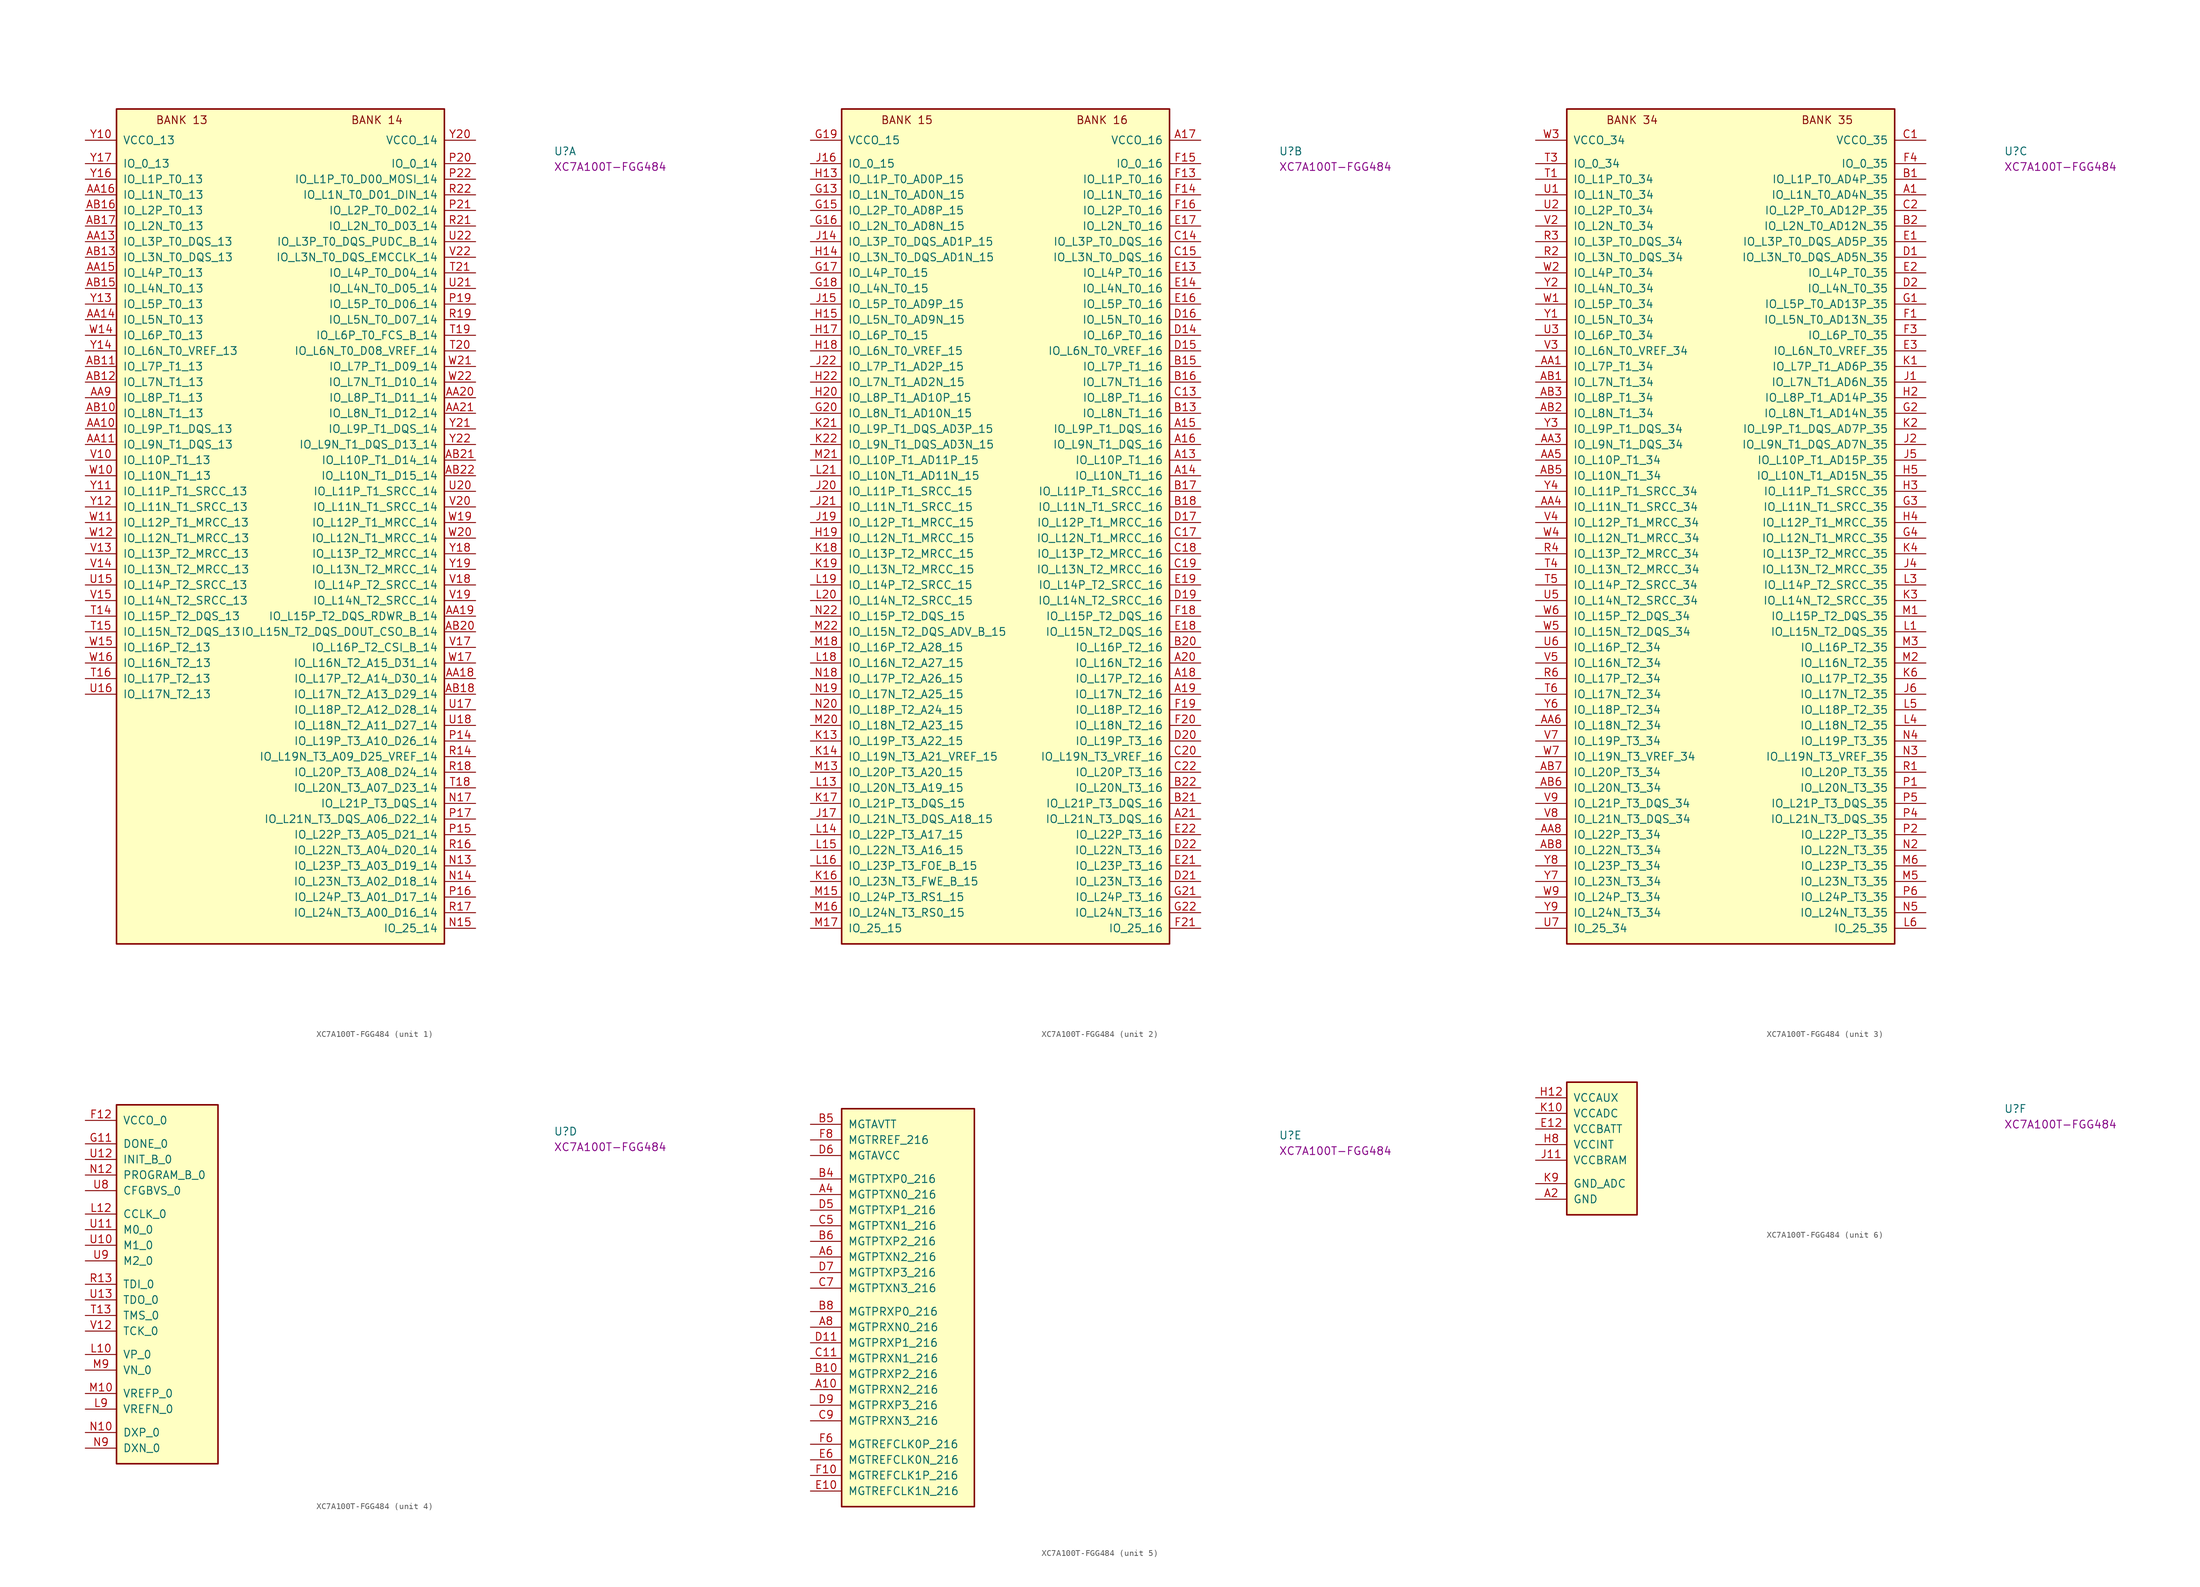
<source format=kicad_sym>
(kicad_symbol_lib
  (version 20220914)
  (generator kicad_symbol_editor)
  (symbol "XC7A100T-FGG484"
    (pin_names
      (offset 1.016))
    (property "Reference" "U"
      (at 76.2 -2.54 0)
      (effects (font (size 1.27 1.27) (thickness 0.15)) (justify left bottom)))
    (property "MPN" "XC7A100T-FGG484"
      (at 76.2 -5.08 0)
      (effects (font (size 1.27 1.27) (thickness 0.15)) (justify left bottom)))
    (property "ki_locked" ""
      (at 0 0 0)
      (effects (font (size 1.27 1.27))))
    (symbol "XC7A100T-FGG484_1_1"
      (rectangle (start 5.08 5.08) (end 58.42 -130.81) (stroke (width 0.254) (type default)) (fill (type background)))
      (text "BANK 13" (at 11.43 2.54 0) (effects (font (size 1.27 1.27) (thickness 0.15)) (justify left bottom)))
      (text "BANK 14" (at 43.18 2.54 0) (effects (font (size 1.27 1.27) (thickness 0.15)) (justify left bottom)))
      (pin bidirectional line (at 0 -46.99 0) (length 5.08) (name "IO_L9P_T1_DQS_13" (effects (font (size 1.27 1.27)))) (number "AA10" (effects (font (size 1.27 1.27)))))
      (pin bidirectional line (at 0 -49.53 0) (length 5.08) (name "IO_L9N_T1_DQS_13" (effects (font (size 1.27 1.27)))) (number "AA11" (effects (font (size 1.27 1.27)))))
      (pin bidirectional line (at 0 -16.51 0) (length 5.08) (name "IO_L3P_T0_DQS_13" (effects (font (size 1.27 1.27)))) (number "AA13" (effects (font (size 1.27 1.27)))))
      (pin bidirectional line (at 0 -29.21 0) (length 5.08) (name "IO_L5N_T0_13" (effects (font (size 1.27 1.27)))) (number "AA14" (effects (font (size 1.27 1.27)))))
      (pin bidirectional line (at 0 -21.59 0) (length 5.08) (name "IO_L4P_T0_13" (effects (font (size 1.27 1.27)))) (number "AA15" (effects (font (size 1.27 1.27)))))
      (pin bidirectional line (at 0 -8.89 0) (length 5.08) (name "IO_L1N_T0_13" (effects (font (size 1.27 1.27)))) (number "AA16" (effects (font (size 1.27 1.27)))))
      (pin passive line (at 0 0 0) (length 5.08) hide (name "VCCO_13" (effects (font (size 1.27 1.27)))) (number "AA17" (effects (font (size 1.27 1.27)))))
      (pin bidirectional line (at 63.5 -87.63 180) (length 5.08) (name "IO_L17P_T2_A14_D30_14" (effects (font (size 1.27 1.27)))) (number "AA18" (effects (font (size 1.27 1.27)))))
      (pin bidirectional line (at 63.5 -77.47 180) (length 5.08) (name "IO_L15P_T2_DQS_RDWR_B_14" (effects (font (size 1.27 1.27)))) (number "AA19" (effects (font (size 1.27 1.27)))))
      (pin bidirectional line (at 63.5 -41.91 180) (length 5.08) (name "IO_L8P_T1_D11_14" (effects (font (size 1.27 1.27)))) (number "AA20" (effects (font (size 1.27 1.27)))))
      (pin bidirectional line (at 63.5 -44.45 180) (length 5.08) (name "IO_L8N_T1_D12_14" (effects (font (size 1.27 1.27)))) (number "AA21" (effects (font (size 1.27 1.27)))))
      (pin bidirectional line (at 0 -41.91 0) (length 5.08) (name "IO_L8P_T1_13" (effects (font (size 1.27 1.27)))) (number "AA9" (effects (font (size 1.27 1.27)))))
      (pin bidirectional line (at 0 -44.45 0) (length 5.08) (name "IO_L8N_T1_13" (effects (font (size 1.27 1.27)))) (number "AB10" (effects (font (size 1.27 1.27)))))
      (pin bidirectional line (at 0 -36.83 0) (length 5.08) (name "IO_L7P_T1_13" (effects (font (size 1.27 1.27)))) (number "AB11" (effects (font (size 1.27 1.27)))))
      (pin bidirectional line (at 0 -39.37 0) (length 5.08) (name "IO_L7N_T1_13" (effects (font (size 1.27 1.27)))) (number "AB12" (effects (font (size 1.27 1.27)))))
      (pin bidirectional line (at 0 -19.05 0) (length 5.08) (name "IO_L3N_T0_DQS_13" (effects (font (size 1.27 1.27)))) (number "AB13" (effects (font (size 1.27 1.27)))))
      (pin passive line (at 0 0 0) (length 5.08) hide (name "VCCO_13" (effects (font (size 1.27 1.27)))) (number "AB14" (effects (font (size 1.27 1.27)))))
      (pin bidirectional line (at 0 -24.13 0) (length 5.08) (name "IO_L4N_T0_13" (effects (font (size 1.27 1.27)))) (number "AB15" (effects (font (size 1.27 1.27)))))
      (pin bidirectional line (at 0 -11.43 0) (length 5.08) (name "IO_L2P_T0_13" (effects (font (size 1.27 1.27)))) (number "AB16" (effects (font (size 1.27 1.27)))))
      (pin bidirectional line (at 0 -13.97 0) (length 5.08) (name "IO_L2N_T0_13" (effects (font (size 1.27 1.27)))) (number "AB17" (effects (font (size 1.27 1.27)))))
      (pin bidirectional line (at 63.5 -90.17 180) (length 5.08) (name "IO_L17N_T2_A13_D29_14" (effects (font (size 1.27 1.27)))) (number "AB18" (effects (font (size 1.27 1.27)))))
      (pin bidirectional line (at 63.5 -80.01 180) (length 5.08) (name "IO_L15N_T2_DQS_DOUT_CSO_B_14" (effects (font (size 1.27 1.27)))) (number "AB20" (effects (font (size 1.27 1.27)))))
      (pin bidirectional line (at 63.5 -52.07 180) (length 5.08) (name "IO_L10P_T1_D14_14" (effects (font (size 1.27 1.27)))) (number "AB21" (effects (font (size 1.27 1.27)))))
      (pin bidirectional line (at 63.5 -54.61 180) (length 5.08) (name "IO_L10N_T1_D15_14" (effects (font (size 1.27 1.27)))) (number "AB22" (effects (font (size 1.27 1.27)))))
      (pin passive line (at 63.5 0 180) (length 5.08) hide (name "VCCO_14" (effects (font (size 1.27 1.27)))) (number "M14" (effects (font (size 1.27 1.27)))))
      (pin bidirectional line (at 63.5 -118.11 180) (length 5.08) (name "IO_L23P_T3_A03_D19_14" (effects (font (size 1.27 1.27)))) (number "N13" (effects (font (size 1.27 1.27)))))
      (pin bidirectional line (at 63.5 -120.65 180) (length 5.08) (name "IO_L23N_T3_A02_D18_14" (effects (font (size 1.27 1.27)))) (number "N14" (effects (font (size 1.27 1.27)))))
      (pin bidirectional line (at 63.5 -128.27 180) (length 5.08) (name "IO_25_14" (effects (font (size 1.27 1.27)))) (number "N15" (effects (font (size 1.27 1.27)))))
      (pin bidirectional line (at 63.5 -107.95 180) (length 5.08) (name "IO_L21P_T3_DQS_14" (effects (font (size 1.27 1.27)))) (number "N17" (effects (font (size 1.27 1.27)))))
      (pin bidirectional line (at 63.5 -97.79 180) (length 5.08) (name "IO_L19P_T3_A10_D26_14" (effects (font (size 1.27 1.27)))) (number "P14" (effects (font (size 1.27 1.27)))))
      (pin bidirectional line (at 63.5 -113.03 180) (length 5.08) (name "IO_L22P_T3_A05_D21_14" (effects (font (size 1.27 1.27)))) (number "P15" (effects (font (size 1.27 1.27)))))
      (pin bidirectional line (at 63.5 -123.19 180) (length 5.08) (name "IO_L24P_T3_A01_D17_14" (effects (font (size 1.27 1.27)))) (number "P16" (effects (font (size 1.27 1.27)))))
      (pin bidirectional line (at 63.5 -110.49 180) (length 5.08) (name "IO_L21N_T3_DQS_A06_D22_14" (effects (font (size 1.27 1.27)))) (number "P17" (effects (font (size 1.27 1.27)))))
      (pin passive line (at 63.5 0 180) (length 5.08) hide (name "VCCO_14" (effects (font (size 1.27 1.27)))) (number "P18" (effects (font (size 1.27 1.27)))))
      (pin bidirectional line (at 63.5 -26.67 180) (length 5.08) (name "IO_L5P_T0_D06_14" (effects (font (size 1.27 1.27)))) (number "P19" (effects (font (size 1.27 1.27)))))
      (pin bidirectional line (at 63.5 -3.81 180) (length 5.08) (name "IO_0_14" (effects (font (size 1.27 1.27)))) (number "P20" (effects (font (size 1.27 1.27)))))
      (pin bidirectional line (at 63.5 -11.43 180) (length 5.08) (name "IO_L2P_T0_D02_14" (effects (font (size 1.27 1.27)))) (number "P21" (effects (font (size 1.27 1.27)))))
      (pin bidirectional line (at 63.5 -6.35 180) (length 5.08) (name "IO_L1P_T0_D00_MOSI_14" (effects (font (size 1.27 1.27)))) (number "P22" (effects (font (size 1.27 1.27)))))
      (pin bidirectional line (at 63.5 -100.33 180) (length 5.08) (name "IO_L19N_T3_A09_D25_VREF_14" (effects (font (size 1.27 1.27)))) (number "R14" (effects (font (size 1.27 1.27)))))
      (pin passive line (at 63.5 0 180) (length 5.08) hide (name "VCCO_14" (effects (font (size 1.27 1.27)))) (number "R15" (effects (font (size 1.27 1.27)))))
      (pin bidirectional line (at 63.5 -115.57 180) (length 5.08) (name "IO_L22N_T3_A04_D20_14" (effects (font (size 1.27 1.27)))) (number "R16" (effects (font (size 1.27 1.27)))))
      (pin bidirectional line (at 63.5 -125.73 180) (length 5.08) (name "IO_L24N_T3_A00_D16_14" (effects (font (size 1.27 1.27)))) (number "R17" (effects (font (size 1.27 1.27)))))
      (pin bidirectional line (at 63.5 -102.87 180) (length 5.08) (name "IO_L20P_T3_A08_D24_14" (effects (font (size 1.27 1.27)))) (number "R18" (effects (font (size 1.27 1.27)))))
      (pin bidirectional line (at 63.5 -29.21 180) (length 5.08) (name "IO_L5N_T0_D07_14" (effects (font (size 1.27 1.27)))) (number "R19" (effects (font (size 1.27 1.27)))))
      (pin bidirectional line (at 63.5 -13.97 180) (length 5.08) (name "IO_L2N_T0_D03_14" (effects (font (size 1.27 1.27)))) (number "R21" (effects (font (size 1.27 1.27)))))
      (pin bidirectional line (at 63.5 -8.89 180) (length 5.08) (name "IO_L1N_T0_D01_DIN_14" (effects (font (size 1.27 1.27)))) (number "R22" (effects (font (size 1.27 1.27)))))
      (pin bidirectional line (at 0 -77.47 0) (length 5.08) (name "IO_L15P_T2_DQS_13" (effects (font (size 1.27 1.27)))) (number "T14" (effects (font (size 1.27 1.27)))))
      (pin bidirectional line (at 0 -80.01 0) (length 5.08) (name "IO_L15N_T2_DQS_13" (effects (font (size 1.27 1.27)))) (number "T15" (effects (font (size 1.27 1.27)))))
      (pin bidirectional line (at 0 -87.63 0) (length 5.08) (name "IO_L17P_T2_13" (effects (font (size 1.27 1.27)))) (number "T16" (effects (font (size 1.27 1.27)))))
      (pin bidirectional line (at 63.5 -105.41 180) (length 5.08) (name "IO_L20N_T3_A07_D23_14" (effects (font (size 1.27 1.27)))) (number "T18" (effects (font (size 1.27 1.27)))))
      (pin bidirectional line (at 63.5 -31.75 180) (length 5.08) (name "IO_L6P_T0_FCS_B_14" (effects (font (size 1.27 1.27)))) (number "T19" (effects (font (size 1.27 1.27)))))
      (pin bidirectional line (at 63.5 -34.29 180) (length 5.08) (name "IO_L6N_T0_D08_VREF_14" (effects (font (size 1.27 1.27)))) (number "T20" (effects (font (size 1.27 1.27)))))
      (pin bidirectional line (at 63.5 -21.59 180) (length 5.08) (name "IO_L4P_T0_D04_14" (effects (font (size 1.27 1.27)))) (number "T21" (effects (font (size 1.27 1.27)))))
      (pin passive line (at 63.5 0 180) (length 5.08) hide (name "VCCO_14" (effects (font (size 1.27 1.27)))) (number "T22" (effects (font (size 1.27 1.27)))))
      (pin bidirectional line (at 0 -72.39 0) (length 5.08) (name "IO_L14P_T2_SRCC_13" (effects (font (size 1.27 1.27)))) (number "U15" (effects (font (size 1.27 1.27)))))
      (pin bidirectional line (at 0 -90.17 0) (length 5.08) (name "IO_L17N_T2_13" (effects (font (size 1.27 1.27)))) (number "U16" (effects (font (size 1.27 1.27)))))
      (pin bidirectional line (at 63.5 -92.71 180) (length 5.08) (name "IO_L18P_T2_A12_D28_14" (effects (font (size 1.27 1.27)))) (number "U17" (effects (font (size 1.27 1.27)))))
      (pin bidirectional line (at 63.5 -95.25 180) (length 5.08) (name "IO_L18N_T2_A11_D27_14" (effects (font (size 1.27 1.27)))) (number "U18" (effects (font (size 1.27 1.27)))))
      (pin passive line (at 63.5 0 180) (length 5.08) hide (name "VCCO_14" (effects (font (size 1.27 1.27)))) (number "U19" (effects (font (size 1.27 1.27)))))
      (pin bidirectional line (at 63.5 -57.15 180) (length 5.08) (name "IO_L11P_T1_SRCC_14" (effects (font (size 1.27 1.27)))) (number "U20" (effects (font (size 1.27 1.27)))))
      (pin bidirectional line (at 63.5 -24.13 180) (length 5.08) (name "IO_L4N_T0_D05_14" (effects (font (size 1.27 1.27)))) (number "U21" (effects (font (size 1.27 1.27)))))
      (pin bidirectional line (at 63.5 -16.51 180) (length 5.08) (name "IO_L3P_T0_DQS_PUDC_B_14" (effects (font (size 1.27 1.27)))) (number "U22" (effects (font (size 1.27 1.27)))))
      (pin bidirectional line (at 0 -52.07 0) (length 5.08) (name "IO_L10P_T1_13" (effects (font (size 1.27 1.27)))) (number "V10" (effects (font (size 1.27 1.27)))))
      (pin bidirectional line (at 0 -67.31 0) (length 5.08) (name "IO_L13P_T2_MRCC_13" (effects (font (size 1.27 1.27)))) (number "V13" (effects (font (size 1.27 1.27)))))
      (pin bidirectional line (at 0 -69.85 0) (length 5.08) (name "IO_L13N_T2_MRCC_13" (effects (font (size 1.27 1.27)))) (number "V14" (effects (font (size 1.27 1.27)))))
      (pin bidirectional line (at 0 -74.93 0) (length 5.08) (name "IO_L14N_T2_SRCC_13" (effects (font (size 1.27 1.27)))) (number "V15" (effects (font (size 1.27 1.27)))))
      (pin passive line (at 0 0 0) (length 5.08) hide (name "VCCO_13" (effects (font (size 1.27 1.27)))) (number "V16" (effects (font (size 1.27 1.27)))))
      (pin bidirectional line (at 63.5 -82.55 180) (length 5.08) (name "IO_L16P_T2_CSI_B_14" (effects (font (size 1.27 1.27)))) (number "V17" (effects (font (size 1.27 1.27)))))
      (pin bidirectional line (at 63.5 -72.39 180) (length 5.08) (name "IO_L14P_T2_SRCC_14" (effects (font (size 1.27 1.27)))) (number "V18" (effects (font (size 1.27 1.27)))))
      (pin bidirectional line (at 63.5 -74.93 180) (length 5.08) (name "IO_L14N_T2_SRCC_14" (effects (font (size 1.27 1.27)))) (number "V19" (effects (font (size 1.27 1.27)))))
      (pin bidirectional line (at 63.5 -59.69 180) (length 5.08) (name "IO_L11N_T1_SRCC_14" (effects (font (size 1.27 1.27)))) (number "V20" (effects (font (size 1.27 1.27)))))
      (pin bidirectional line (at 63.5 -19.05 180) (length 5.08) (name "IO_L3N_T0_DQS_EMCCLK_14" (effects (font (size 1.27 1.27)))) (number "V22" (effects (font (size 1.27 1.27)))))
      (pin bidirectional line (at 0 -54.61 0) (length 5.08) (name "IO_L10N_T1_13" (effects (font (size 1.27 1.27)))) (number "W10" (effects (font (size 1.27 1.27)))))
      (pin bidirectional line (at 0 -62.23 0) (length 5.08) (name "IO_L12P_T1_MRCC_13" (effects (font (size 1.27 1.27)))) (number "W11" (effects (font (size 1.27 1.27)))))
      (pin bidirectional line (at 0 -64.77 0) (length 5.08) (name "IO_L12N_T1_MRCC_13" (effects (font (size 1.27 1.27)))) (number "W12" (effects (font (size 1.27 1.27)))))
      (pin passive line (at 0 0 0) (length 5.08) hide (name "VCCO_13" (effects (font (size 1.27 1.27)))) (number "W13" (effects (font (size 1.27 1.27)))))
      (pin bidirectional line (at 0 -31.75 0) (length 5.08) (name "IO_L6P_T0_13" (effects (font (size 1.27 1.27)))) (number "W14" (effects (font (size 1.27 1.27)))))
      (pin bidirectional line (at 0 -82.55 0) (length 5.08) (name "IO_L16P_T2_13" (effects (font (size 1.27 1.27)))) (number "W15" (effects (font (size 1.27 1.27)))))
      (pin bidirectional line (at 0 -85.09 0) (length 5.08) (name "IO_L16N_T2_13" (effects (font (size 1.27 1.27)))) (number "W16" (effects (font (size 1.27 1.27)))))
      (pin bidirectional line (at 63.5 -85.09 180) (length 5.08) (name "IO_L16N_T2_A15_D31_14" (effects (font (size 1.27 1.27)))) (number "W17" (effects (font (size 1.27 1.27)))))
      (pin bidirectional line (at 63.5 -62.23 180) (length 5.08) (name "IO_L12P_T1_MRCC_14" (effects (font (size 1.27 1.27)))) (number "W19" (effects (font (size 1.27 1.27)))))
      (pin bidirectional line (at 63.5 -64.77 180) (length 5.08) (name "IO_L12N_T1_MRCC_14" (effects (font (size 1.27 1.27)))) (number "W20" (effects (font (size 1.27 1.27)))))
      (pin bidirectional line (at 63.5 -36.83 180) (length 5.08) (name "IO_L7P_T1_D09_14" (effects (font (size 1.27 1.27)))) (number "W21" (effects (font (size 1.27 1.27)))))
      (pin bidirectional line (at 63.5 -39.37 180) (length 5.08) (name "IO_L7N_T1_D10_14" (effects (font (size 1.27 1.27)))) (number "W22" (effects (font (size 1.27 1.27)))))
      (pin power_in line (at 0 0 0) (length 5.08) (name "VCCO_13" (effects (font (size 1.27 1.27)))) (number "Y10" (effects (font (size 1.27 1.27)))))
      (pin bidirectional line (at 0 -57.15 0) (length 5.08) (name "IO_L11P_T1_SRCC_13" (effects (font (size 1.27 1.27)))) (number "Y11" (effects (font (size 1.27 1.27)))))
      (pin bidirectional line (at 0 -59.69 0) (length 5.08) (name "IO_L11N_T1_SRCC_13" (effects (font (size 1.27 1.27)))) (number "Y12" (effects (font (size 1.27 1.27)))))
      (pin bidirectional line (at 0 -26.67 0) (length 5.08) (name "IO_L5P_T0_13" (effects (font (size 1.27 1.27)))) (number "Y13" (effects (font (size 1.27 1.27)))))
      (pin bidirectional line (at 0 -34.29 0) (length 5.08) (name "IO_L6N_T0_VREF_13" (effects (font (size 1.27 1.27)))) (number "Y14" (effects (font (size 1.27 1.27)))))
      (pin bidirectional line (at 0 -6.35 0) (length 5.08) (name "IO_L1P_T0_13" (effects (font (size 1.27 1.27)))) (number "Y16" (effects (font (size 1.27 1.27)))))
      (pin bidirectional line (at 0 -3.81 0) (length 5.08) (name "IO_0_13" (effects (font (size 1.27 1.27)))) (number "Y17" (effects (font (size 1.27 1.27)))))
      (pin bidirectional line (at 63.5 -67.31 180) (length 5.08) (name "IO_L13P_T2_MRCC_14" (effects (font (size 1.27 1.27)))) (number "Y18" (effects (font (size 1.27 1.27)))))
      (pin bidirectional line (at 63.5 -69.85 180) (length 5.08) (name "IO_L13N_T2_MRCC_14" (effects (font (size 1.27 1.27)))) (number "Y19" (effects (font (size 1.27 1.27)))))
      (pin power_in line (at 63.5 0 180) (length 5.08) (name "VCCO_14" (effects (font (size 1.27 1.27)))) (number "Y20" (effects (font (size 1.27 1.27)))))
      (pin bidirectional line (at 63.5 -46.99 180) (length 5.08) (name "IO_L9P_T1_DQS_14" (effects (font (size 1.27 1.27)))) (number "Y21" (effects (font (size 1.27 1.27)))))
      (pin bidirectional line (at 63.5 -49.53 180) (length 5.08) (name "IO_L9N_T1_DQS_D13_14" (effects (font (size 1.27 1.27)))) (number "Y22" (effects (font (size 1.27 1.27))))))
    (symbol "XC7A100T-FGG484_2_1"
      (rectangle (start 5.08 5.08) (end 58.42 -130.81) (stroke (width 0.254) (type default)) (fill (type background)))
      (text "BANK 15" (at 11.43 2.54 0) (effects (font (size 1.27 1.27) (thickness 0.15)) (justify left bottom)))
      (text "BANK 16" (at 43.18 2.54 0) (effects (font (size 1.27 1.27) (thickness 0.15)) (justify left bottom)))
      (pin bidirectional line (at 63.5 -52.07 180) (length 5.08) (name "IO_L10P_T1_16" (effects (font (size 1.27 1.27)))) (number "A13" (effects (font (size 1.27 1.27)))))
      (pin bidirectional line (at 63.5 -54.61 180) (length 5.08) (name "IO_L10N_T1_16" (effects (font (size 1.27 1.27)))) (number "A14" (effects (font (size 1.27 1.27)))))
      (pin bidirectional line (at 63.5 -46.99 180) (length 5.08) (name "IO_L9P_T1_DQS_16" (effects (font (size 1.27 1.27)))) (number "A15" (effects (font (size 1.27 1.27)))))
      (pin bidirectional line (at 63.5 -49.53 180) (length 5.08) (name "IO_L9N_T1_DQS_16" (effects (font (size 1.27 1.27)))) (number "A16" (effects (font (size 1.27 1.27)))))
      (pin power_in line (at 63.5 0 180) (length 5.08) (name "VCCO_16" (effects (font (size 1.27 1.27)))) (number "A17" (effects (font (size 1.27 1.27)))))
      (pin bidirectional line (at 63.5 -87.63 180) (length 5.08) (name "IO_L17P_T2_16" (effects (font (size 1.27 1.27)))) (number "A18" (effects (font (size 1.27 1.27)))))
      (pin bidirectional line (at 63.5 -90.17 180) (length 5.08) (name "IO_L17N_T2_16" (effects (font (size 1.27 1.27)))) (number "A19" (effects (font (size 1.27 1.27)))))
      (pin bidirectional line (at 63.5 -85.09 180) (length 5.08) (name "IO_L16N_T2_16" (effects (font (size 1.27 1.27)))) (number "A20" (effects (font (size 1.27 1.27)))))
      (pin bidirectional line (at 63.5 -110.49 180) (length 5.08) (name "IO_L21N_T3_DQS_16" (effects (font (size 1.27 1.27)))) (number "A21" (effects (font (size 1.27 1.27)))))
      (pin bidirectional line (at 63.5 -44.45 180) (length 5.08) (name "IO_L8N_T1_16" (effects (font (size 1.27 1.27)))) (number "B13" (effects (font (size 1.27 1.27)))))
      (pin passive line (at 63.5 0 180) (length 5.08) hide (name "VCCO_16" (effects (font (size 1.27 1.27)))) (number "B14" (effects (font (size 1.27 1.27)))))
      (pin bidirectional line (at 63.5 -36.83 180) (length 5.08) (name "IO_L7P_T1_16" (effects (font (size 1.27 1.27)))) (number "B15" (effects (font (size 1.27 1.27)))))
      (pin bidirectional line (at 63.5 -39.37 180) (length 5.08) (name "IO_L7N_T1_16" (effects (font (size 1.27 1.27)))) (number "B16" (effects (font (size 1.27 1.27)))))
      (pin bidirectional line (at 63.5 -57.15 180) (length 5.08) (name "IO_L11P_T1_SRCC_16" (effects (font (size 1.27 1.27)))) (number "B17" (effects (font (size 1.27 1.27)))))
      (pin bidirectional line (at 63.5 -59.69 180) (length 5.08) (name "IO_L11N_T1_SRCC_16" (effects (font (size 1.27 1.27)))) (number "B18" (effects (font (size 1.27 1.27)))))
      (pin bidirectional line (at 63.5 -82.55 180) (length 5.08) (name "IO_L16P_T2_16" (effects (font (size 1.27 1.27)))) (number "B20" (effects (font (size 1.27 1.27)))))
      (pin bidirectional line (at 63.5 -107.95 180) (length 5.08) (name "IO_L21P_T3_DQS_16" (effects (font (size 1.27 1.27)))) (number "B21" (effects (font (size 1.27 1.27)))))
      (pin bidirectional line (at 63.5 -105.41 180) (length 5.08) (name "IO_L20N_T3_16" (effects (font (size 1.27 1.27)))) (number "B22" (effects (font (size 1.27 1.27)))))
      (pin bidirectional line (at 63.5 -41.91 180) (length 5.08) (name "IO_L8P_T1_16" (effects (font (size 1.27 1.27)))) (number "C13" (effects (font (size 1.27 1.27)))))
      (pin bidirectional line (at 63.5 -16.51 180) (length 5.08) (name "IO_L3P_T0_DQS_16" (effects (font (size 1.27 1.27)))) (number "C14" (effects (font (size 1.27 1.27)))))
      (pin bidirectional line (at 63.5 -19.05 180) (length 5.08) (name "IO_L3N_T0_DQS_16" (effects (font (size 1.27 1.27)))) (number "C15" (effects (font (size 1.27 1.27)))))
      (pin bidirectional line (at 63.5 -64.77 180) (length 5.08) (name "IO_L12N_T1_MRCC_16" (effects (font (size 1.27 1.27)))) (number "C17" (effects (font (size 1.27 1.27)))))
      (pin bidirectional line (at 63.5 -67.31 180) (length 5.08) (name "IO_L13P_T2_MRCC_16" (effects (font (size 1.27 1.27)))) (number "C18" (effects (font (size 1.27 1.27)))))
      (pin bidirectional line (at 63.5 -69.85 180) (length 5.08) (name "IO_L13N_T2_MRCC_16" (effects (font (size 1.27 1.27)))) (number "C19" (effects (font (size 1.27 1.27)))))
      (pin bidirectional line (at 63.5 -100.33 180) (length 5.08) (name "IO_L19N_T3_VREF_16" (effects (font (size 1.27 1.27)))) (number "C20" (effects (font (size 1.27 1.27)))))
      (pin passive line (at 63.5 0 180) (length 5.08) hide (name "VCCO_16" (effects (font (size 1.27 1.27)))) (number "C21" (effects (font (size 1.27 1.27)))))
      (pin bidirectional line (at 63.5 -102.87 180) (length 5.08) (name "IO_L20P_T3_16" (effects (font (size 1.27 1.27)))) (number "C22" (effects (font (size 1.27 1.27)))))
      (pin bidirectional line (at 63.5 -31.75 180) (length 5.08) (name "IO_L6P_T0_16" (effects (font (size 1.27 1.27)))) (number "D14" (effects (font (size 1.27 1.27)))))
      (pin bidirectional line (at 63.5 -34.29 180) (length 5.08) (name "IO_L6N_T0_VREF_16" (effects (font (size 1.27 1.27)))) (number "D15" (effects (font (size 1.27 1.27)))))
      (pin bidirectional line (at 63.5 -29.21 180) (length 5.08) (name "IO_L5N_T0_16" (effects (font (size 1.27 1.27)))) (number "D16" (effects (font (size 1.27 1.27)))))
      (pin bidirectional line (at 63.5 -62.23 180) (length 5.08) (name "IO_L12P_T1_MRCC_16" (effects (font (size 1.27 1.27)))) (number "D17" (effects (font (size 1.27 1.27)))))
      (pin passive line (at 63.5 0 180) (length 5.08) hide (name "VCCO_16" (effects (font (size 1.27 1.27)))) (number "D18" (effects (font (size 1.27 1.27)))))
      (pin bidirectional line (at 63.5 -74.93 180) (length 5.08) (name "IO_L14N_T2_SRCC_16" (effects (font (size 1.27 1.27)))) (number "D19" (effects (font (size 1.27 1.27)))))
      (pin bidirectional line (at 63.5 -97.79 180) (length 5.08) (name "IO_L19P_T3_16" (effects (font (size 1.27 1.27)))) (number "D20" (effects (font (size 1.27 1.27)))))
      (pin bidirectional line (at 63.5 -120.65 180) (length 5.08) (name "IO_L23N_T3_16" (effects (font (size 1.27 1.27)))) (number "D21" (effects (font (size 1.27 1.27)))))
      (pin bidirectional line (at 63.5 -115.57 180) (length 5.08) (name "IO_L22N_T3_16" (effects (font (size 1.27 1.27)))) (number "D22" (effects (font (size 1.27 1.27)))))
      (pin bidirectional line (at 63.5 -21.59 180) (length 5.08) (name "IO_L4P_T0_16" (effects (font (size 1.27 1.27)))) (number "E13" (effects (font (size 1.27 1.27)))))
      (pin bidirectional line (at 63.5 -24.13 180) (length 5.08) (name "IO_L4N_T0_16" (effects (font (size 1.27 1.27)))) (number "E14" (effects (font (size 1.27 1.27)))))
      (pin passive line (at 63.5 0 180) (length 5.08) hide (name "VCCO_16" (effects (font (size 1.27 1.27)))) (number "E15" (effects (font (size 1.27 1.27)))))
      (pin bidirectional line (at 63.5 -26.67 180) (length 5.08) (name "IO_L5P_T0_16" (effects (font (size 1.27 1.27)))) (number "E16" (effects (font (size 1.27 1.27)))))
      (pin bidirectional line (at 63.5 -13.97 180) (length 5.08) (name "IO_L2N_T0_16" (effects (font (size 1.27 1.27)))) (number "E17" (effects (font (size 1.27 1.27)))))
      (pin bidirectional line (at 63.5 -80.01 180) (length 5.08) (name "IO_L15N_T2_DQS_16" (effects (font (size 1.27 1.27)))) (number "E18" (effects (font (size 1.27 1.27)))))
      (pin bidirectional line (at 63.5 -72.39 180) (length 5.08) (name "IO_L14P_T2_SRCC_16" (effects (font (size 1.27 1.27)))) (number "E19" (effects (font (size 1.27 1.27)))))
      (pin bidirectional line (at 63.5 -118.11 180) (length 5.08) (name "IO_L23P_T3_16" (effects (font (size 1.27 1.27)))) (number "E21" (effects (font (size 1.27 1.27)))))
      (pin bidirectional line (at 63.5 -113.03 180) (length 5.08) (name "IO_L22P_T3_16" (effects (font (size 1.27 1.27)))) (number "E22" (effects (font (size 1.27 1.27)))))
      (pin bidirectional line (at 63.5 -6.35 180) (length 5.08) (name "IO_L1P_T0_16" (effects (font (size 1.27 1.27)))) (number "F13" (effects (font (size 1.27 1.27)))))
      (pin bidirectional line (at 63.5 -8.89 180) (length 5.08) (name "IO_L1N_T0_16" (effects (font (size 1.27 1.27)))) (number "F14" (effects (font (size 1.27 1.27)))))
      (pin bidirectional line (at 63.5 -3.81 180) (length 5.08) (name "IO_0_16" (effects (font (size 1.27 1.27)))) (number "F15" (effects (font (size 1.27 1.27)))))
      (pin bidirectional line (at 63.5 -11.43 180) (length 5.08) (name "IO_L2P_T0_16" (effects (font (size 1.27 1.27)))) (number "F16" (effects (font (size 1.27 1.27)))))
      (pin bidirectional line (at 63.5 -77.47 180) (length 5.08) (name "IO_L15P_T2_DQS_16" (effects (font (size 1.27 1.27)))) (number "F18" (effects (font (size 1.27 1.27)))))
      (pin bidirectional line (at 63.5 -92.71 180) (length 5.08) (name "IO_L18P_T2_16" (effects (font (size 1.27 1.27)))) (number "F19" (effects (font (size 1.27 1.27)))))
      (pin bidirectional line (at 63.5 -95.25 180) (length 5.08) (name "IO_L18N_T2_16" (effects (font (size 1.27 1.27)))) (number "F20" (effects (font (size 1.27 1.27)))))
      (pin bidirectional line (at 63.5 -128.27 180) (length 5.08) (name "IO_25_16" (effects (font (size 1.27 1.27)))) (number "F21" (effects (font (size 1.27 1.27)))))
      (pin passive line (at 63.5 0 180) (length 5.08) hide (name "VCCO_16" (effects (font (size 1.27 1.27)))) (number "F22" (effects (font (size 1.27 1.27)))))
      (pin bidirectional line (at 0 -8.89 0) (length 5.08) (name "IO_L1N_T0_AD0N_15" (effects (font (size 1.27 1.27)))) (number "G13" (effects (font (size 1.27 1.27)))))
      (pin bidirectional line (at 0 -11.43 0) (length 5.08) (name "IO_L2P_T0_AD8P_15" (effects (font (size 1.27 1.27)))) (number "G15" (effects (font (size 1.27 1.27)))))
      (pin bidirectional line (at 0 -13.97 0) (length 5.08) (name "IO_L2N_T0_AD8N_15" (effects (font (size 1.27 1.27)))) (number "G16" (effects (font (size 1.27 1.27)))))
      (pin bidirectional line (at 0 -21.59 0) (length 5.08) (name "IO_L4P_T0_15" (effects (font (size 1.27 1.27)))) (number "G17" (effects (font (size 1.27 1.27)))))
      (pin bidirectional line (at 0 -24.13 0) (length 5.08) (name "IO_L4N_T0_15" (effects (font (size 1.27 1.27)))) (number "G18" (effects (font (size 1.27 1.27)))))
      (pin power_in line (at 0 0 0) (length 5.08) (name "VCCO_15" (effects (font (size 1.27 1.27)))) (number "G19" (effects (font (size 1.27 1.27)))))
      (pin bidirectional line (at 0 -44.45 0) (length 5.08) (name "IO_L8N_T1_AD10N_15" (effects (font (size 1.27 1.27)))) (number "G20" (effects (font (size 1.27 1.27)))))
      (pin bidirectional line (at 63.5 -123.19 180) (length 5.08) (name "IO_L24P_T3_16" (effects (font (size 1.27 1.27)))) (number "G21" (effects (font (size 1.27 1.27)))))
      (pin bidirectional line (at 63.5 -125.73 180) (length 5.08) (name "IO_L24N_T3_16" (effects (font (size 1.27 1.27)))) (number "G22" (effects (font (size 1.27 1.27)))))
      (pin bidirectional line (at 0 -6.35 0) (length 5.08) (name "IO_L1P_T0_AD0P_15" (effects (font (size 1.27 1.27)))) (number "H13" (effects (font (size 1.27 1.27)))))
      (pin bidirectional line (at 0 -19.05 0) (length 5.08) (name "IO_L3N_T0_DQS_AD1N_15" (effects (font (size 1.27 1.27)))) (number "H14" (effects (font (size 1.27 1.27)))))
      (pin bidirectional line (at 0 -29.21 0) (length 5.08) (name "IO_L5N_T0_AD9N_15" (effects (font (size 1.27 1.27)))) (number "H15" (effects (font (size 1.27 1.27)))))
      (pin passive line (at 0 0 0) (length 5.08) hide (name "VCCO_15" (effects (font (size 1.27 1.27)))) (number "H16" (effects (font (size 1.27 1.27)))))
      (pin bidirectional line (at 0 -31.75 0) (length 5.08) (name "IO_L6P_T0_15" (effects (font (size 1.27 1.27)))) (number "H17" (effects (font (size 1.27 1.27)))))
      (pin bidirectional line (at 0 -34.29 0) (length 5.08) (name "IO_L6N_T0_VREF_15" (effects (font (size 1.27 1.27)))) (number "H18" (effects (font (size 1.27 1.27)))))
      (pin bidirectional line (at 0 -64.77 0) (length 5.08) (name "IO_L12N_T1_MRCC_15" (effects (font (size 1.27 1.27)))) (number "H19" (effects (font (size 1.27 1.27)))))
      (pin bidirectional line (at 0 -41.91 0) (length 5.08) (name "IO_L8P_T1_AD10P_15" (effects (font (size 1.27 1.27)))) (number "H20" (effects (font (size 1.27 1.27)))))
      (pin bidirectional line (at 0 -39.37 0) (length 5.08) (name "IO_L7N_T1_AD2N_15" (effects (font (size 1.27 1.27)))) (number "H22" (effects (font (size 1.27 1.27)))))
      (pin passive line (at 0 0 0) (length 5.08) hide (name "VCCO_15" (effects (font (size 1.27 1.27)))) (number "J13" (effects (font (size 1.27 1.27)))))
      (pin bidirectional line (at 0 -16.51 0) (length 5.08) (name "IO_L3P_T0_DQS_AD1P_15" (effects (font (size 1.27 1.27)))) (number "J14" (effects (font (size 1.27 1.27)))))
      (pin bidirectional line (at 0 -26.67 0) (length 5.08) (name "IO_L5P_T0_AD9P_15" (effects (font (size 1.27 1.27)))) (number "J15" (effects (font (size 1.27 1.27)))))
      (pin bidirectional line (at 0 -3.81 0) (length 5.08) (name "IO_0_15" (effects (font (size 1.27 1.27)))) (number "J16" (effects (font (size 1.27 1.27)))))
      (pin bidirectional line (at 0 -110.49 0) (length 5.08) (name "IO_L21N_T3_DQS_A18_15" (effects (font (size 1.27 1.27)))) (number "J17" (effects (font (size 1.27 1.27)))))
      (pin bidirectional line (at 0 -62.23 0) (length 5.08) (name "IO_L12P_T1_MRCC_15" (effects (font (size 1.27 1.27)))) (number "J19" (effects (font (size 1.27 1.27)))))
      (pin bidirectional line (at 0 -57.15 0) (length 5.08) (name "IO_L11P_T1_SRCC_15" (effects (font (size 1.27 1.27)))) (number "J20" (effects (font (size 1.27 1.27)))))
      (pin bidirectional line (at 0 -59.69 0) (length 5.08) (name "IO_L11N_T1_SRCC_15" (effects (font (size 1.27 1.27)))) (number "J21" (effects (font (size 1.27 1.27)))))
      (pin bidirectional line (at 0 -36.83 0) (length 5.08) (name "IO_L7P_T1_AD2P_15" (effects (font (size 1.27 1.27)))) (number "J22" (effects (font (size 1.27 1.27)))))
      (pin bidirectional line (at 0 -97.79 0) (length 5.08) (name "IO_L19P_T3_A22_15" (effects (font (size 1.27 1.27)))) (number "K13" (effects (font (size 1.27 1.27)))))
      (pin bidirectional line (at 0 -100.33 0) (length 5.08) (name "IO_L19N_T3_A21_VREF_15" (effects (font (size 1.27 1.27)))) (number "K14" (effects (font (size 1.27 1.27)))))
      (pin bidirectional line (at 0 -120.65 0) (length 5.08) (name "IO_L23N_T3_FWE_B_15" (effects (font (size 1.27 1.27)))) (number "K16" (effects (font (size 1.27 1.27)))))
      (pin bidirectional line (at 0 -107.95 0) (length 5.08) (name "IO_L21P_T3_DQS_15" (effects (font (size 1.27 1.27)))) (number "K17" (effects (font (size 1.27 1.27)))))
      (pin bidirectional line (at 0 -67.31 0) (length 5.08) (name "IO_L13P_T2_MRCC_15" (effects (font (size 1.27 1.27)))) (number "K18" (effects (font (size 1.27 1.27)))))
      (pin bidirectional line (at 0 -69.85 0) (length 5.08) (name "IO_L13N_T2_MRCC_15" (effects (font (size 1.27 1.27)))) (number "K19" (effects (font (size 1.27 1.27)))))
      (pin passive line (at 0 0 0) (length 5.08) hide (name "VCCO_15" (effects (font (size 1.27 1.27)))) (number "K20" (effects (font (size 1.27 1.27)))))
      (pin bidirectional line (at 0 -46.99 0) (length 5.08) (name "IO_L9P_T1_DQS_AD3P_15" (effects (font (size 1.27 1.27)))) (number "K21" (effects (font (size 1.27 1.27)))))
      (pin bidirectional line (at 0 -49.53 0) (length 5.08) (name "IO_L9N_T1_DQS_AD3N_15" (effects (font (size 1.27 1.27)))) (number "K22" (effects (font (size 1.27 1.27)))))
      (pin bidirectional line (at 0 -105.41 0) (length 5.08) (name "IO_L20N_T3_A19_15" (effects (font (size 1.27 1.27)))) (number "L13" (effects (font (size 1.27 1.27)))))
      (pin bidirectional line (at 0 -113.03 0) (length 5.08) (name "IO_L22P_T3_A17_15" (effects (font (size 1.27 1.27)))) (number "L14" (effects (font (size 1.27 1.27)))))
      (pin bidirectional line (at 0 -115.57 0) (length 5.08) (name "IO_L22N_T3_A16_15" (effects (font (size 1.27 1.27)))) (number "L15" (effects (font (size 1.27 1.27)))))
      (pin bidirectional line (at 0 -118.11 0) (length 5.08) (name "IO_L23P_T3_FOE_B_15" (effects (font (size 1.27 1.27)))) (number "L16" (effects (font (size 1.27 1.27)))))
      (pin passive line (at 0 0 0) (length 5.08) hide (name "VCCO_15" (effects (font (size 1.27 1.27)))) (number "L17" (effects (font (size 1.27 1.27)))))
      (pin bidirectional line (at 0 -85.09 0) (length 5.08) (name "IO_L16N_T2_A27_15" (effects (font (size 1.27 1.27)))) (number "L18" (effects (font (size 1.27 1.27)))))
      (pin bidirectional line (at 0 -72.39 0) (length 5.08) (name "IO_L14P_T2_SRCC_15" (effects (font (size 1.27 1.27)))) (number "L19" (effects (font (size 1.27 1.27)))))
      (pin bidirectional line (at 0 -74.93 0) (length 5.08) (name "IO_L14N_T2_SRCC_15" (effects (font (size 1.27 1.27)))) (number "L20" (effects (font (size 1.27 1.27)))))
      (pin bidirectional line (at 0 -54.61 0) (length 5.08) (name "IO_L10N_T1_AD11N_15" (effects (font (size 1.27 1.27)))) (number "L21" (effects (font (size 1.27 1.27)))))
      (pin bidirectional line (at 0 -102.87 0) (length 5.08) (name "IO_L20P_T3_A20_15" (effects (font (size 1.27 1.27)))) (number "M13" (effects (font (size 1.27 1.27)))))
      (pin bidirectional line (at 0 -123.19 0) (length 5.08) (name "IO_L24P_T3_RS1_15" (effects (font (size 1.27 1.27)))) (number "M15" (effects (font (size 1.27 1.27)))))
      (pin bidirectional line (at 0 -125.73 0) (length 5.08) (name "IO_L24N_T3_RS0_15" (effects (font (size 1.27 1.27)))) (number "M16" (effects (font (size 1.27 1.27)))))
      (pin bidirectional line (at 0 -128.27 0) (length 5.08) (name "IO_25_15" (effects (font (size 1.27 1.27)))) (number "M17" (effects (font (size 1.27 1.27)))))
      (pin bidirectional line (at 0 -82.55 0) (length 5.08) (name "IO_L16P_T2_A28_15" (effects (font (size 1.27 1.27)))) (number "M18" (effects (font (size 1.27 1.27)))))
      (pin bidirectional line (at 0 -95.25 0) (length 5.08) (name "IO_L18N_T2_A23_15" (effects (font (size 1.27 1.27)))) (number "M20" (effects (font (size 1.27 1.27)))))
      (pin bidirectional line (at 0 -52.07 0) (length 5.08) (name "IO_L10P_T1_AD11P_15" (effects (font (size 1.27 1.27)))) (number "M21" (effects (font (size 1.27 1.27)))))
      (pin bidirectional line (at 0 -80.01 0) (length 5.08) (name "IO_L15N_T2_DQS_ADV_B_15" (effects (font (size 1.27 1.27)))) (number "M22" (effects (font (size 1.27 1.27)))))
      (pin bidirectional line (at 0 -87.63 0) (length 5.08) (name "IO_L17P_T2_A26_15" (effects (font (size 1.27 1.27)))) (number "N18" (effects (font (size 1.27 1.27)))))
      (pin bidirectional line (at 0 -90.17 0) (length 5.08) (name "IO_L17N_T2_A25_15" (effects (font (size 1.27 1.27)))) (number "N19" (effects (font (size 1.27 1.27)))))
      (pin bidirectional line (at 0 -92.71 0) (length 5.08) (name "IO_L18P_T2_A24_15" (effects (font (size 1.27 1.27)))) (number "N20" (effects (font (size 1.27 1.27)))))
      (pin passive line (at 0 0 0) (length 5.08) hide (name "VCCO_15" (effects (font (size 1.27 1.27)))) (number "N21" (effects (font (size 1.27 1.27)))))
      (pin bidirectional line (at 0 -77.47 0) (length 5.08) (name "IO_L15P_T2_DQS_15" (effects (font (size 1.27 1.27)))) (number "N22" (effects (font (size 1.27 1.27))))))
    (symbol "XC7A100T-FGG484_3_1"
      (rectangle (start 5.08 5.08) (end 58.42 -130.81) (stroke (width 0.254) (type default)) (fill (type background)))
      (text "BANK 34" (at 11.43 2.54 0) (effects (font (size 1.27 1.27) (thickness 0.15)) (justify left bottom)))
      (text "BANK 35" (at 43.18 2.54 0) (effects (font (size 1.27 1.27) (thickness 0.15)) (justify left bottom)))
      (pin bidirectional line (at 63.5 -8.89 180) (length 5.08) (name "IO_L1N_T0_AD4N_35" (effects (font (size 1.27 1.27)))) (number "A1" (effects (font (size 1.27 1.27)))))
      (pin bidirectional line (at 0 -36.83 0) (length 5.08) (name "IO_L7P_T1_34" (effects (font (size 1.27 1.27)))) (number "AA1" (effects (font (size 1.27 1.27)))))
      (pin bidirectional line (at 0 -49.53 0) (length 5.08) (name "IO_L9N_T1_DQS_34" (effects (font (size 1.27 1.27)))) (number "AA3" (effects (font (size 1.27 1.27)))))
      (pin bidirectional line (at 0 -59.69 0) (length 5.08) (name "IO_L11N_T1_SRCC_34" (effects (font (size 1.27 1.27)))) (number "AA4" (effects (font (size 1.27 1.27)))))
      (pin bidirectional line (at 0 -52.07 0) (length 5.08) (name "IO_L10P_T1_34" (effects (font (size 1.27 1.27)))) (number "AA5" (effects (font (size 1.27 1.27)))))
      (pin bidirectional line (at 0 -95.25 0) (length 5.08) (name "IO_L18N_T2_34" (effects (font (size 1.27 1.27)))) (number "AA6" (effects (font (size 1.27 1.27)))))
      (pin passive line (at 0 0 0) (length 5.08) hide (name "VCCO_34" (effects (font (size 1.27 1.27)))) (number "AA7" (effects (font (size 1.27 1.27)))))
      (pin bidirectional line (at 0 -113.03 0) (length 5.08) (name "IO_L22P_T3_34" (effects (font (size 1.27 1.27)))) (number "AA8" (effects (font (size 1.27 1.27)))))
      (pin bidirectional line (at 0 -39.37 0) (length 5.08) (name "IO_L7N_T1_34" (effects (font (size 1.27 1.27)))) (number "AB1" (effects (font (size 1.27 1.27)))))
      (pin bidirectional line (at 0 -44.45 0) (length 5.08) (name "IO_L8N_T1_34" (effects (font (size 1.27 1.27)))) (number "AB2" (effects (font (size 1.27 1.27)))))
      (pin bidirectional line (at 0 -41.91 0) (length 5.08) (name "IO_L8P_T1_34" (effects (font (size 1.27 1.27)))) (number "AB3" (effects (font (size 1.27 1.27)))))
      (pin passive line (at 0 0 0) (length 5.08) hide (name "VCCO_34" (effects (font (size 1.27 1.27)))) (number "AB4" (effects (font (size 1.27 1.27)))))
      (pin bidirectional line (at 0 -54.61 0) (length 5.08) (name "IO_L10N_T1_34" (effects (font (size 1.27 1.27)))) (number "AB5" (effects (font (size 1.27 1.27)))))
      (pin bidirectional line (at 0 -105.41 0) (length 5.08) (name "IO_L20N_T3_34" (effects (font (size 1.27 1.27)))) (number "AB6" (effects (font (size 1.27 1.27)))))
      (pin bidirectional line (at 0 -102.87 0) (length 5.08) (name "IO_L20P_T3_34" (effects (font (size 1.27 1.27)))) (number "AB7" (effects (font (size 1.27 1.27)))))
      (pin bidirectional line (at 0 -115.57 0) (length 5.08) (name "IO_L22N_T3_34" (effects (font (size 1.27 1.27)))) (number "AB8" (effects (font (size 1.27 1.27)))))
      (pin bidirectional line (at 63.5 -6.35 180) (length 5.08) (name "IO_L1P_T0_AD4P_35" (effects (font (size 1.27 1.27)))) (number "B1" (effects (font (size 1.27 1.27)))))
      (pin bidirectional line (at 63.5 -13.97 180) (length 5.08) (name "IO_L2N_T0_AD12N_35" (effects (font (size 1.27 1.27)))) (number "B2" (effects (font (size 1.27 1.27)))))
      (pin power_in line (at 63.5 0 180) (length 5.08) (name "VCCO_35" (effects (font (size 1.27 1.27)))) (number "C1" (effects (font (size 1.27 1.27)))))
      (pin bidirectional line (at 63.5 -11.43 180) (length 5.08) (name "IO_L2P_T0_AD12P_35" (effects (font (size 1.27 1.27)))) (number "C2" (effects (font (size 1.27 1.27)))))
      (pin bidirectional line (at 63.5 -19.05 180) (length 5.08) (name "IO_L3N_T0_DQS_AD5N_35" (effects (font (size 1.27 1.27)))) (number "D1" (effects (font (size 1.27 1.27)))))
      (pin bidirectional line (at 63.5 -24.13 180) (length 5.08) (name "IO_L4N_T0_35" (effects (font (size 1.27 1.27)))) (number "D2" (effects (font (size 1.27 1.27)))))
      (pin bidirectional line (at 63.5 -16.51 180) (length 5.08) (name "IO_L3P_T0_DQS_AD5P_35" (effects (font (size 1.27 1.27)))) (number "E1" (effects (font (size 1.27 1.27)))))
      (pin bidirectional line (at 63.5 -21.59 180) (length 5.08) (name "IO_L4P_T0_35" (effects (font (size 1.27 1.27)))) (number "E2" (effects (font (size 1.27 1.27)))))
      (pin bidirectional line (at 63.5 -34.29 180) (length 5.08) (name "IO_L6N_T0_VREF_35" (effects (font (size 1.27 1.27)))) (number "E3" (effects (font (size 1.27 1.27)))))
      (pin bidirectional line (at 63.5 -29.21 180) (length 5.08) (name "IO_L5N_T0_AD13N_35" (effects (font (size 1.27 1.27)))) (number "F1" (effects (font (size 1.27 1.27)))))
      (pin passive line (at 63.5 0 180) (length 5.08) hide (name "VCCO_35" (effects (font (size 1.27 1.27)))) (number "F2" (effects (font (size 1.27 1.27)))))
      (pin bidirectional line (at 63.5 -31.75 180) (length 5.08) (name "IO_L6P_T0_35" (effects (font (size 1.27 1.27)))) (number "F3" (effects (font (size 1.27 1.27)))))
      (pin bidirectional line (at 63.5 -3.81 180) (length 5.08) (name "IO_0_35" (effects (font (size 1.27 1.27)))) (number "F4" (effects (font (size 1.27 1.27)))))
      (pin bidirectional line (at 63.5 -26.67 180) (length 5.08) (name "IO_L5P_T0_AD13P_35" (effects (font (size 1.27 1.27)))) (number "G1" (effects (font (size 1.27 1.27)))))
      (pin bidirectional line (at 63.5 -44.45 180) (length 5.08) (name "IO_L8N_T1_AD14N_35" (effects (font (size 1.27 1.27)))) (number "G2" (effects (font (size 1.27 1.27)))))
      (pin bidirectional line (at 63.5 -59.69 180) (length 5.08) (name "IO_L11N_T1_SRCC_35" (effects (font (size 1.27 1.27)))) (number "G3" (effects (font (size 1.27 1.27)))))
      (pin bidirectional line (at 63.5 -64.77 180) (length 5.08) (name "IO_L12N_T1_MRCC_35" (effects (font (size 1.27 1.27)))) (number "G4" (effects (font (size 1.27 1.27)))))
      (pin bidirectional line (at 63.5 -41.91 180) (length 5.08) (name "IO_L8P_T1_AD14P_35" (effects (font (size 1.27 1.27)))) (number "H2" (effects (font (size 1.27 1.27)))))
      (pin bidirectional line (at 63.5 -57.15 180) (length 5.08) (name "IO_L11P_T1_SRCC_35" (effects (font (size 1.27 1.27)))) (number "H3" (effects (font (size 1.27 1.27)))))
      (pin bidirectional line (at 63.5 -62.23 180) (length 5.08) (name "IO_L12P_T1_MRCC_35" (effects (font (size 1.27 1.27)))) (number "H4" (effects (font (size 1.27 1.27)))))
      (pin bidirectional line (at 63.5 -54.61 180) (length 5.08) (name "IO_L10N_T1_AD15N_35" (effects (font (size 1.27 1.27)))) (number "H5" (effects (font (size 1.27 1.27)))))
      (pin passive line (at 63.5 0 180) (length 5.08) hide (name "VCCO_35" (effects (font (size 1.27 1.27)))) (number "H6" (effects (font (size 1.27 1.27)))))
      (pin bidirectional line (at 63.5 -39.37 180) (length 5.08) (name "IO_L7N_T1_AD6N_35" (effects (font (size 1.27 1.27)))) (number "J1" (effects (font (size 1.27 1.27)))))
      (pin bidirectional line (at 63.5 -49.53 180) (length 5.08) (name "IO_L9N_T1_DQS_AD7N_35" (effects (font (size 1.27 1.27)))) (number "J2" (effects (font (size 1.27 1.27)))))
      (pin passive line (at 63.5 0 180) (length 5.08) hide (name "VCCO_35" (effects (font (size 1.27 1.27)))) (number "J3" (effects (font (size 1.27 1.27)))))
      (pin bidirectional line (at 63.5 -69.85 180) (length 5.08) (name "IO_L13N_T2_MRCC_35" (effects (font (size 1.27 1.27)))) (number "J4" (effects (font (size 1.27 1.27)))))
      (pin bidirectional line (at 63.5 -52.07 180) (length 5.08) (name "IO_L10P_T1_AD15P_35" (effects (font (size 1.27 1.27)))) (number "J5" (effects (font (size 1.27 1.27)))))
      (pin bidirectional line (at 63.5 -90.17 180) (length 5.08) (name "IO_L17N_T2_35" (effects (font (size 1.27 1.27)))) (number "J6" (effects (font (size 1.27 1.27)))))
      (pin bidirectional line (at 63.5 -36.83 180) (length 5.08) (name "IO_L7P_T1_AD6P_35" (effects (font (size 1.27 1.27)))) (number "K1" (effects (font (size 1.27 1.27)))))
      (pin bidirectional line (at 63.5 -46.99 180) (length 5.08) (name "IO_L9P_T1_DQS_AD7P_35" (effects (font (size 1.27 1.27)))) (number "K2" (effects (font (size 1.27 1.27)))))
      (pin bidirectional line (at 63.5 -74.93 180) (length 5.08) (name "IO_L14N_T2_SRCC_35" (effects (font (size 1.27 1.27)))) (number "K3" (effects (font (size 1.27 1.27)))))
      (pin bidirectional line (at 63.5 -67.31 180) (length 5.08) (name "IO_L13P_T2_MRCC_35" (effects (font (size 1.27 1.27)))) (number "K4" (effects (font (size 1.27 1.27)))))
      (pin bidirectional line (at 63.5 -87.63 180) (length 5.08) (name "IO_L17P_T2_35" (effects (font (size 1.27 1.27)))) (number "K6" (effects (font (size 1.27 1.27)))))
      (pin bidirectional line (at 63.5 -80.01 180) (length 5.08) (name "IO_L15N_T2_DQS_35" (effects (font (size 1.27 1.27)))) (number "L1" (effects (font (size 1.27 1.27)))))
      (pin bidirectional line (at 63.5 -72.39 180) (length 5.08) (name "IO_L14P_T2_SRCC_35" (effects (font (size 1.27 1.27)))) (number "L3" (effects (font (size 1.27 1.27)))))
      (pin bidirectional line (at 63.5 -95.25 180) (length 5.08) (name "IO_L18N_T2_35" (effects (font (size 1.27 1.27)))) (number "L4" (effects (font (size 1.27 1.27)))))
      (pin bidirectional line (at 63.5 -92.71 180) (length 5.08) (name "IO_L18P_T2_35" (effects (font (size 1.27 1.27)))) (number "L5" (effects (font (size 1.27 1.27)))))
      (pin bidirectional line (at 63.5 -128.27 180) (length 5.08) (name "IO_25_35" (effects (font (size 1.27 1.27)))) (number "L6" (effects (font (size 1.27 1.27)))))
      (pin bidirectional line (at 63.5 -77.47 180) (length 5.08) (name "IO_L15P_T2_DQS_35" (effects (font (size 1.27 1.27)))) (number "M1" (effects (font (size 1.27 1.27)))))
      (pin bidirectional line (at 63.5 -85.09 180) (length 5.08) (name "IO_L16N_T2_35" (effects (font (size 1.27 1.27)))) (number "M2" (effects (font (size 1.27 1.27)))))
      (pin bidirectional line (at 63.5 -82.55 180) (length 5.08) (name "IO_L16P_T2_35" (effects (font (size 1.27 1.27)))) (number "M3" (effects (font (size 1.27 1.27)))))
      (pin passive line (at 63.5 0 180) (length 5.08) hide (name "VCCO_35" (effects (font (size 1.27 1.27)))) (number "M4" (effects (font (size 1.27 1.27)))))
      (pin bidirectional line (at 63.5 -120.65 180) (length 5.08) (name "IO_L23N_T3_35" (effects (font (size 1.27 1.27)))) (number "M5" (effects (font (size 1.27 1.27)))))
      (pin bidirectional line (at 63.5 -118.11 180) (length 5.08) (name "IO_L23P_T3_35" (effects (font (size 1.27 1.27)))) (number "M6" (effects (font (size 1.27 1.27)))))
      (pin passive line (at 63.5 0 180) (length 5.08) hide (name "VCCO_35" (effects (font (size 1.27 1.27)))) (number "N1" (effects (font (size 1.27 1.27)))))
      (pin bidirectional line (at 63.5 -115.57 180) (length 5.08) (name "IO_L22N_T3_35" (effects (font (size 1.27 1.27)))) (number "N2" (effects (font (size 1.27 1.27)))))
      (pin bidirectional line (at 63.5 -100.33 180) (length 5.08) (name "IO_L19N_T3_VREF_35" (effects (font (size 1.27 1.27)))) (number "N3" (effects (font (size 1.27 1.27)))))
      (pin bidirectional line (at 63.5 -97.79 180) (length 5.08) (name "IO_L19P_T3_35" (effects (font (size 1.27 1.27)))) (number "N4" (effects (font (size 1.27 1.27)))))
      (pin bidirectional line (at 63.5 -125.73 180) (length 5.08) (name "IO_L24N_T3_35" (effects (font (size 1.27 1.27)))) (number "N5" (effects (font (size 1.27 1.27)))))
      (pin bidirectional line (at 63.5 -105.41 180) (length 5.08) (name "IO_L20N_T3_35" (effects (font (size 1.27 1.27)))) (number "P1" (effects (font (size 1.27 1.27)))))
      (pin bidirectional line (at 63.5 -113.03 180) (length 5.08) (name "IO_L22P_T3_35" (effects (font (size 1.27 1.27)))) (number "P2" (effects (font (size 1.27 1.27)))))
      (pin bidirectional line (at 63.5 -110.49 180) (length 5.08) (name "IO_L21N_T3_DQS_35" (effects (font (size 1.27 1.27)))) (number "P4" (effects (font (size 1.27 1.27)))))
      (pin bidirectional line (at 63.5 -107.95 180) (length 5.08) (name "IO_L21P_T3_DQS_35" (effects (font (size 1.27 1.27)))) (number "P5" (effects (font (size 1.27 1.27)))))
      (pin bidirectional line (at 63.5 -123.19 180) (length 5.08) (name "IO_L24P_T3_35" (effects (font (size 1.27 1.27)))) (number "P6" (effects (font (size 1.27 1.27)))))
      (pin bidirectional line (at 63.5 -102.87 180) (length 5.08) (name "IO_L20P_T3_35" (effects (font (size 1.27 1.27)))) (number "R1" (effects (font (size 1.27 1.27)))))
      (pin bidirectional line (at 0 -19.05 0) (length 5.08) (name "IO_L3N_T0_DQS_34" (effects (font (size 1.27 1.27)))) (number "R2" (effects (font (size 1.27 1.27)))))
      (pin bidirectional line (at 0 -16.51 0) (length 5.08) (name "IO_L3P_T0_DQS_34" (effects (font (size 1.27 1.27)))) (number "R3" (effects (font (size 1.27 1.27)))))
      (pin bidirectional line (at 0 -67.31 0) (length 5.08) (name "IO_L13P_T2_MRCC_34" (effects (font (size 1.27 1.27)))) (number "R4" (effects (font (size 1.27 1.27)))))
      (pin passive line (at 0 0 0) (length 5.08) hide (name "VCCO_34" (effects (font (size 1.27 1.27)))) (number "R5" (effects (font (size 1.27 1.27)))))
      (pin bidirectional line (at 0 -87.63 0) (length 5.08) (name "IO_L17P_T2_34" (effects (font (size 1.27 1.27)))) (number "R6" (effects (font (size 1.27 1.27)))))
      (pin bidirectional line (at 0 -6.35 0) (length 5.08) (name "IO_L1P_T0_34" (effects (font (size 1.27 1.27)))) (number "T1" (effects (font (size 1.27 1.27)))))
      (pin passive line (at 0 0 0) (length 5.08) hide (name "VCCO_34" (effects (font (size 1.27 1.27)))) (number "T2" (effects (font (size 1.27 1.27)))))
      (pin bidirectional line (at 0 -3.81 0) (length 5.08) (name "IO_0_34" (effects (font (size 1.27 1.27)))) (number "T3" (effects (font (size 1.27 1.27)))))
      (pin bidirectional line (at 0 -69.85 0) (length 5.08) (name "IO_L13N_T2_MRCC_34" (effects (font (size 1.27 1.27)))) (number "T4" (effects (font (size 1.27 1.27)))))
      (pin bidirectional line (at 0 -72.39 0) (length 5.08) (name "IO_L14P_T2_SRCC_34" (effects (font (size 1.27 1.27)))) (number "T5" (effects (font (size 1.27 1.27)))))
      (pin bidirectional line (at 0 -90.17 0) (length 5.08) (name "IO_L17N_T2_34" (effects (font (size 1.27 1.27)))) (number "T6" (effects (font (size 1.27 1.27)))))
      (pin bidirectional line (at 0 -8.89 0) (length 5.08) (name "IO_L1N_T0_34" (effects (font (size 1.27 1.27)))) (number "U1" (effects (font (size 1.27 1.27)))))
      (pin bidirectional line (at 0 -11.43 0) (length 5.08) (name "IO_L2P_T0_34" (effects (font (size 1.27 1.27)))) (number "U2" (effects (font (size 1.27 1.27)))))
      (pin bidirectional line (at 0 -31.75 0) (length 5.08) (name "IO_L6P_T0_34" (effects (font (size 1.27 1.27)))) (number "U3" (effects (font (size 1.27 1.27)))))
      (pin bidirectional line (at 0 -74.93 0) (length 5.08) (name "IO_L14N_T2_SRCC_34" (effects (font (size 1.27 1.27)))) (number "U5" (effects (font (size 1.27 1.27)))))
      (pin bidirectional line (at 0 -82.55 0) (length 5.08) (name "IO_L16P_T2_34" (effects (font (size 1.27 1.27)))) (number "U6" (effects (font (size 1.27 1.27)))))
      (pin bidirectional line (at 0 -128.27 0) (length 5.08) (name "IO_25_34" (effects (font (size 1.27 1.27)))) (number "U7" (effects (font (size 1.27 1.27)))))
      (pin bidirectional line (at 0 -13.97 0) (length 5.08) (name "IO_L2N_T0_34" (effects (font (size 1.27 1.27)))) (number "V2" (effects (font (size 1.27 1.27)))))
      (pin bidirectional line (at 0 -34.29 0) (length 5.08) (name "IO_L6N_T0_VREF_34" (effects (font (size 1.27 1.27)))) (number "V3" (effects (font (size 1.27 1.27)))))
      (pin bidirectional line (at 0 -62.23 0) (length 5.08) (name "IO_L12P_T1_MRCC_34" (effects (font (size 1.27 1.27)))) (number "V4" (effects (font (size 1.27 1.27)))))
      (pin bidirectional line (at 0 -85.09 0) (length 5.08) (name "IO_L16N_T2_34" (effects (font (size 1.27 1.27)))) (number "V5" (effects (font (size 1.27 1.27)))))
      (pin passive line (at 0 0 0) (length 5.08) hide (name "VCCO_34" (effects (font (size 1.27 1.27)))) (number "V6" (effects (font (size 1.27 1.27)))))
      (pin bidirectional line (at 0 -97.79 0) (length 5.08) (name "IO_L19P_T3_34" (effects (font (size 1.27 1.27)))) (number "V7" (effects (font (size 1.27 1.27)))))
      (pin bidirectional line (at 0 -110.49 0) (length 5.08) (name "IO_L21N_T3_DQS_34" (effects (font (size 1.27 1.27)))) (number "V8" (effects (font (size 1.27 1.27)))))
      (pin bidirectional line (at 0 -107.95 0) (length 5.08) (name "IO_L21P_T3_DQS_34" (effects (font (size 1.27 1.27)))) (number "V9" (effects (font (size 1.27 1.27)))))
      (pin bidirectional line (at 0 -26.67 0) (length 5.08) (name "IO_L5P_T0_34" (effects (font (size 1.27 1.27)))) (number "W1" (effects (font (size 1.27 1.27)))))
      (pin bidirectional line (at 0 -21.59 0) (length 5.08) (name "IO_L4P_T0_34" (effects (font (size 1.27 1.27)))) (number "W2" (effects (font (size 1.27 1.27)))))
      (pin power_in line (at 0 0 0) (length 5.08) (name "VCCO_34" (effects (font (size 1.27 1.27)))) (number "W3" (effects (font (size 1.27 1.27)))))
      (pin bidirectional line (at 0 -64.77 0) (length 5.08) (name "IO_L12N_T1_MRCC_34" (effects (font (size 1.27 1.27)))) (number "W4" (effects (font (size 1.27 1.27)))))
      (pin bidirectional line (at 0 -80.01 0) (length 5.08) (name "IO_L15N_T2_DQS_34" (effects (font (size 1.27 1.27)))) (number "W5" (effects (font (size 1.27 1.27)))))
      (pin bidirectional line (at 0 -77.47 0) (length 5.08) (name "IO_L15P_T2_DQS_34" (effects (font (size 1.27 1.27)))) (number "W6" (effects (font (size 1.27 1.27)))))
      (pin bidirectional line (at 0 -100.33 0) (length 5.08) (name "IO_L19N_T3_VREF_34" (effects (font (size 1.27 1.27)))) (number "W7" (effects (font (size 1.27 1.27)))))
      (pin bidirectional line (at 0 -123.19 0) (length 5.08) (name "IO_L24P_T3_34" (effects (font (size 1.27 1.27)))) (number "W9" (effects (font (size 1.27 1.27)))))
      (pin bidirectional line (at 0 -29.21 0) (length 5.08) (name "IO_L5N_T0_34" (effects (font (size 1.27 1.27)))) (number "Y1" (effects (font (size 1.27 1.27)))))
      (pin bidirectional line (at 0 -24.13 0) (length 5.08) (name "IO_L4N_T0_34" (effects (font (size 1.27 1.27)))) (number "Y2" (effects (font (size 1.27 1.27)))))
      (pin bidirectional line (at 0 -46.99 0) (length 5.08) (name "IO_L9P_T1_DQS_34" (effects (font (size 1.27 1.27)))) (number "Y3" (effects (font (size 1.27 1.27)))))
      (pin bidirectional line (at 0 -57.15 0) (length 5.08) (name "IO_L11P_T1_SRCC_34" (effects (font (size 1.27 1.27)))) (number "Y4" (effects (font (size 1.27 1.27)))))
      (pin bidirectional line (at 0 -92.71 0) (length 5.08) (name "IO_L18P_T2_34" (effects (font (size 1.27 1.27)))) (number "Y6" (effects (font (size 1.27 1.27)))))
      (pin bidirectional line (at 0 -120.65 0) (length 5.08) (name "IO_L23N_T3_34" (effects (font (size 1.27 1.27)))) (number "Y7" (effects (font (size 1.27 1.27)))))
      (pin bidirectional line (at 0 -118.11 0) (length 5.08) (name "IO_L23P_T3_34" (effects (font (size 1.27 1.27)))) (number "Y8" (effects (font (size 1.27 1.27)))))
      (pin bidirectional line (at 0 -125.73 0) (length 5.08) (name "IO_L24N_T3_34" (effects (font (size 1.27 1.27)))) (number "Y9" (effects (font (size 1.27 1.27))))))
    (symbol "XC7A100T-FGG484_4_1"
      (rectangle (start 5.08 2.54) (end 21.59 -55.88) (stroke (width 0.254) (type default)) (fill (type background)))
      (pin power_in line (at 0 0 0) (length 5.08) (name "VCCO_0" (effects (font (size 1.27 1.27)))) (number "F12" (effects (font (size 1.27 1.27)))))
      (pin bidirectional line (at 0 -3.81 0) (length 5.08) (name "DONE_0" (effects (font (size 1.27 1.27)))) (number "G11" (effects (font (size 1.27 1.27)))))
      (pin bidirectional line (at 0 -38.1 0) (length 5.08) (name "VP_0" (effects (font (size 1.27 1.27)))) (number "L10" (effects (font (size 1.27 1.27)))))
      (pin bidirectional line (at 0 -15.24 0) (length 5.08) (name "CCLK_0" (effects (font (size 1.27 1.27)))) (number "L12" (effects (font (size 1.27 1.27)))))
      (pin bidirectional line (at 0 -46.99 0) (length 5.08) (name "VREFN_0" (effects (font (size 1.27 1.27)))) (number "L9" (effects (font (size 1.27 1.27)))))
      (pin bidirectional line (at 0 -44.45 0) (length 5.08) (name "VREFP_0" (effects (font (size 1.27 1.27)))) (number "M10" (effects (font (size 1.27 1.27)))))
      (pin bidirectional line (at 0 -40.64 0) (length 5.08) (name "VN_0" (effects (font (size 1.27 1.27)))) (number "M9" (effects (font (size 1.27 1.27)))))
      (pin bidirectional line (at 0 -50.8 0) (length 5.08) (name "DXP_0" (effects (font (size 1.27 1.27)))) (number "N10" (effects (font (size 1.27 1.27)))))
      (pin bidirectional line (at 0 -8.89 0) (length 5.08) (name "PROGRAM_B_0" (effects (font (size 1.27 1.27)))) (number "N12" (effects (font (size 1.27 1.27)))))
      (pin bidirectional line (at 0 -53.34 0) (length 5.08) (name "DXN_0" (effects (font (size 1.27 1.27)))) (number "N9" (effects (font (size 1.27 1.27)))))
      (pin bidirectional line (at 0 -26.67 0) (length 5.08) (name "TDI_0" (effects (font (size 1.27 1.27)))) (number "R13" (effects (font (size 1.27 1.27)))))
      (pin passive line (at 0 0 0) (length 5.08) hide (name "VCCO_0" (effects (font (size 1.27 1.27)))) (number "T12" (effects (font (size 1.27 1.27)))))
      (pin bidirectional line (at 0 -31.75 0) (length 5.08) (name "TMS_0" (effects (font (size 1.27 1.27)))) (number "T13" (effects (font (size 1.27 1.27)))))
      (pin bidirectional line (at 0 -20.32 0) (length 5.08) (name "M1_0" (effects (font (size 1.27 1.27)))) (number "U10" (effects (font (size 1.27 1.27)))))
      (pin bidirectional line (at 0 -17.78 0) (length 5.08) (name "M0_0" (effects (font (size 1.27 1.27)))) (number "U11" (effects (font (size 1.27 1.27)))))
      (pin bidirectional line (at 0 -6.35 0) (length 5.08) (name "INIT_B_0" (effects (font (size 1.27 1.27)))) (number "U12" (effects (font (size 1.27 1.27)))))
      (pin bidirectional line (at 0 -29.21 0) (length 5.08) (name "TDO_0" (effects (font (size 1.27 1.27)))) (number "U13" (effects (font (size 1.27 1.27)))))
      (pin bidirectional line (at 0 -11.43 0) (length 5.08) (name "CFGBVS_0" (effects (font (size 1.27 1.27)))) (number "U8" (effects (font (size 1.27 1.27)))))
      (pin bidirectional line (at 0 -22.86 0) (length 5.08) (name "M2_0" (effects (font (size 1.27 1.27)))) (number "U9" (effects (font (size 1.27 1.27)))))
      (pin bidirectional line (at 0 -34.29 0) (length 5.08) (name "TCK_0" (effects (font (size 1.27 1.27)))) (number "V12" (effects (font (size 1.27 1.27))))))
    (symbol "XC7A100T-FGG484_5_1"
      (rectangle (start 5.08 2.54) (end 26.67 -62.23) (stroke (width 0.254) (type default)) (fill (type background)))
      (pin bidirectional line (at 0 -43.18 0) (length 5.08) (name "MGTPRXN2_216" (effects (font (size 1.27 1.27)))) (number "A10" (effects (font (size 1.27 1.27)))))
      (pin bidirectional line (at 0 -11.43 0) (length 5.08) (name "MGTPTXN0_216" (effects (font (size 1.27 1.27)))) (number "A4" (effects (font (size 1.27 1.27)))))
      (pin bidirectional line (at 0 -21.59 0) (length 5.08) (name "MGTPTXN2_216" (effects (font (size 1.27 1.27)))) (number "A6" (effects (font (size 1.27 1.27)))))
      (pin bidirectional line (at 0 -33.02 0) (length 5.08) (name "MGTPRXN0_216" (effects (font (size 1.27 1.27)))) (number "A8" (effects (font (size 1.27 1.27)))))
      (pin bidirectional line (at 0 -40.64 0) (length 5.08) (name "MGTPRXP2_216" (effects (font (size 1.27 1.27)))) (number "B10" (effects (font (size 1.27 1.27)))))
      (pin passive line (at 0 0 0) (length 5.08) hide (name "MGTAVTT" (effects (font (size 1.27 1.27)))) (number "B11" (effects (font (size 1.27 1.27)))))
      (pin bidirectional line (at 0 -8.89 0) (length 5.08) (name "MGTPTXP0_216" (effects (font (size 1.27 1.27)))) (number "B4" (effects (font (size 1.27 1.27)))))
      (pin power_in line (at 0 0 0) (length 5.08) (name "MGTAVTT" (effects (font (size 1.27 1.27)))) (number "B5" (effects (font (size 1.27 1.27)))))
      (pin bidirectional line (at 0 -19.05 0) (length 5.08) (name "MGTPTXP2_216" (effects (font (size 1.27 1.27)))) (number "B6" (effects (font (size 1.27 1.27)))))
      (pin passive line (at 0 0 0) (length 5.08) hide (name "MGTAVTT" (effects (font (size 1.27 1.27)))) (number "B7" (effects (font (size 1.27 1.27)))))
      (pin bidirectional line (at 0 -30.48 0) (length 5.08) (name "MGTPRXP0_216" (effects (font (size 1.27 1.27)))) (number "B8" (effects (font (size 1.27 1.27)))))
      (pin passive line (at 0 0 0) (length 5.08) hide (name "MGTAVTT" (effects (font (size 1.27 1.27)))) (number "B9" (effects (font (size 1.27 1.27)))))
      (pin bidirectional line (at 0 -38.1 0) (length 5.08) (name "MGTPRXN1_216" (effects (font (size 1.27 1.27)))) (number "C11" (effects (font (size 1.27 1.27)))))
      (pin passive line (at 0 0 0) (length 5.08) hide (name "MGTAVTT" (effects (font (size 1.27 1.27)))) (number "C4" (effects (font (size 1.27 1.27)))))
      (pin bidirectional line (at 0 -16.51 0) (length 5.08) (name "MGTPTXN1_216" (effects (font (size 1.27 1.27)))) (number "C5" (effects (font (size 1.27 1.27)))))
      (pin bidirectional line (at 0 -26.67 0) (length 5.08) (name "MGTPTXN3_216" (effects (font (size 1.27 1.27)))) (number "C7" (effects (font (size 1.27 1.27)))))
      (pin passive line (at 0 0 0) (length 5.08) hide (name "MGTAVTT" (effects (font (size 1.27 1.27)))) (number "C8" (effects (font (size 1.27 1.27)))))
      (pin bidirectional line (at 0 -48.26 0) (length 5.08) (name "MGTPRXN3_216" (effects (font (size 1.27 1.27)))) (number "C9" (effects (font (size 1.27 1.27)))))
      (pin passive line (at 0 -5.08 0) (length 5.08) hide (name "MGTAVCC" (effects (font (size 1.27 1.27)))) (number "D10" (effects (font (size 1.27 1.27)))))
      (pin bidirectional line (at 0 -35.56 0) (length 5.08) (name "MGTPRXP1_216" (effects (font (size 1.27 1.27)))) (number "D11" (effects (font (size 1.27 1.27)))))
      (pin bidirectional line (at 0 -13.97 0) (length 5.08) (name "MGTPTXP1_216" (effects (font (size 1.27 1.27)))) (number "D5" (effects (font (size 1.27 1.27)))))
      (pin power_in line (at 0 -5.08 0) (length 5.08) (name "MGTAVCC" (effects (font (size 1.27 1.27)))) (number "D6" (effects (font (size 1.27 1.27)))))
      (pin bidirectional line (at 0 -24.13 0) (length 5.08) (name "MGTPTXP3_216" (effects (font (size 1.27 1.27)))) (number "D7" (effects (font (size 1.27 1.27)))))
      (pin bidirectional line (at 0 -45.72 0) (length 5.08) (name "MGTPRXP3_216" (effects (font (size 1.27 1.27)))) (number "D9" (effects (font (size 1.27 1.27)))))
      (pin bidirectional line (at 0 -59.69 0) (length 5.08) (name "MGTREFCLK1N_216" (effects (font (size 1.27 1.27)))) (number "E10" (effects (font (size 1.27 1.27)))))
      (pin bidirectional line (at 0 -54.61 0) (length 5.08) (name "MGTREFCLK0N_216" (effects (font (size 1.27 1.27)))) (number "E6" (effects (font (size 1.27 1.27)))))
      (pin passive line (at 0 -5.08 0) (length 5.08) hide (name "MGTAVCC" (effects (font (size 1.27 1.27)))) (number "E8" (effects (font (size 1.27 1.27)))))
      (pin bidirectional line (at 0 -57.15 0) (length 5.08) (name "MGTREFCLK1P_216" (effects (font (size 1.27 1.27)))) (number "F10" (effects (font (size 1.27 1.27)))))
      (pin bidirectional line (at 0 -52.07 0) (length 5.08) (name "MGTREFCLK0P_216" (effects (font (size 1.27 1.27)))) (number "F6" (effects (font (size 1.27 1.27)))))
      (pin passive line (at 0 -5.08 0) (length 5.08) hide (name "MGTAVCC" (effects (font (size 1.27 1.27)))) (number "F7" (effects (font (size 1.27 1.27)))))
      (pin passive line (at 0 -2.54 0) (length 5.08) (name "MGTRREF_216" (effects (font (size 1.27 1.27)))) (number "F8" (effects (font (size 1.27 1.27)))))
      (pin passive line (at 0 -5.08 0) (length 5.08) hide (name "MGTAVCC" (effects (font (size 1.27 1.27)))) (number "F9" (effects (font (size 1.27 1.27))))))
    (symbol "XC7A100T-FGG484_6_1"
      (rectangle (start 5.08 2.54) (end 16.51 -19.05) (stroke (width 0.254) (type default)) (fill (type background)))
      (pin passive line (at 0 -16.51 0) (length 5.08) hide (name "GND" (effects (font (size 1.27 1.27)))) (number "A11" (effects (font (size 1.27 1.27)))))
      (pin passive line (at 0 -16.51 0) (length 5.08) hide (name "GND" (effects (font (size 1.27 1.27)))) (number "A12" (effects (font (size 1.27 1.27)))))
      (pin power_in line (at 0 -16.51 0) (length 5.08) (name "GND" (effects (font (size 1.27 1.27)))) (number "A2" (effects (font (size 1.27 1.27)))))
      (pin passive line (at 0 -16.51 0) (length 5.08) hide (name "GND" (effects (font (size 1.27 1.27)))) (number "A22" (effects (font (size 1.27 1.27)))))
      (pin passive line (at 0 -16.51 0) (length 5.08) hide (name "GND" (effects (font (size 1.27 1.27)))) (number "A3" (effects (font (size 1.27 1.27)))))
      (pin passive line (at 0 -16.51 0) (length 5.08) hide (name "GND" (effects (font (size 1.27 1.27)))) (number "A5" (effects (font (size 1.27 1.27)))))
      (pin passive line (at 0 -16.51 0) (length 5.08) hide (name "GND" (effects (font (size 1.27 1.27)))) (number "A7" (effects (font (size 1.27 1.27)))))
      (pin passive line (at 0 -16.51 0) (length 5.08) hide (name "GND" (effects (font (size 1.27 1.27)))) (number "A9" (effects (font (size 1.27 1.27)))))
      (pin passive line (at 0 -16.51 0) (length 5.08) hide (name "GND" (effects (font (size 1.27 1.27)))) (number "AA12" (effects (font (size 1.27 1.27)))))
      (pin passive line (at 0 -16.51 0) (length 5.08) hide (name "GND" (effects (font (size 1.27 1.27)))) (number "AA2" (effects (font (size 1.27 1.27)))))
      (pin passive line (at 0 -16.51 0) (length 5.08) hide (name "GND" (effects (font (size 1.27 1.27)))) (number "AA22" (effects (font (size 1.27 1.27)))))
      (pin passive line (at 0 -16.51 0) (length 5.08) hide (name "GND" (effects (font (size 1.27 1.27)))) (number "AB19" (effects (font (size 1.27 1.27)))))
      (pin passive line (at 0 -16.51 0) (length 5.08) hide (name "GND" (effects (font (size 1.27 1.27)))) (number "AB9" (effects (font (size 1.27 1.27)))))
      (pin passive line (at 0 -16.51 0) (length 5.08) hide (name "GND" (effects (font (size 1.27 1.27)))) (number "B12" (effects (font (size 1.27 1.27)))))
      (pin passive line (at 0 -16.51 0) (length 5.08) hide (name "GND" (effects (font (size 1.27 1.27)))) (number "B19" (effects (font (size 1.27 1.27)))))
      (pin passive line (at 0 -16.51 0) (length 5.08) hide (name "GND" (effects (font (size 1.27 1.27)))) (number "B3" (effects (font (size 1.27 1.27)))))
      (pin passive line (at 0 -16.51 0) (length 5.08) hide (name "GND" (effects (font (size 1.27 1.27)))) (number "C10" (effects (font (size 1.27 1.27)))))
      (pin passive line (at 0 -16.51 0) (length 5.08) hide (name "GND" (effects (font (size 1.27 1.27)))) (number "C12" (effects (font (size 1.27 1.27)))))
      (pin passive line (at 0 -16.51 0) (length 5.08) hide (name "GND" (effects (font (size 1.27 1.27)))) (number "C16" (effects (font (size 1.27 1.27)))))
      (pin passive line (at 0 -16.51 0) (length 5.08) hide (name "GND" (effects (font (size 1.27 1.27)))) (number "C3" (effects (font (size 1.27 1.27)))))
      (pin passive line (at 0 -16.51 0) (length 5.08) hide (name "GND" (effects (font (size 1.27 1.27)))) (number "C6" (effects (font (size 1.27 1.27)))))
      (pin passive line (at 0 -16.51 0) (length 5.08) hide (name "GND" (effects (font (size 1.27 1.27)))) (number "D12" (effects (font (size 1.27 1.27)))))
      (pin passive line (at 0 -16.51 0) (length 5.08) hide (name "GND" (effects (font (size 1.27 1.27)))) (number "D13" (effects (font (size 1.27 1.27)))))
      (pin passive line (at 0 -16.51 0) (length 5.08) hide (name "GND" (effects (font (size 1.27 1.27)))) (number "D3" (effects (font (size 1.27 1.27)))))
      (pin passive line (at 0 -16.51 0) (length 5.08) hide (name "GND" (effects (font (size 1.27 1.27)))) (number "D4" (effects (font (size 1.27 1.27)))))
      (pin passive line (at 0 -16.51 0) (length 5.08) hide (name "GND" (effects (font (size 1.27 1.27)))) (number "D8" (effects (font (size 1.27 1.27)))))
      (pin passive line (at 0 -16.51 0) (length 5.08) hide (name "GND" (effects (font (size 1.27 1.27)))) (number "E11" (effects (font (size 1.27 1.27)))))
      (pin power_in line (at 0 -5.08 0) (length 5.08) (name "VCCBATT" (effects (font (size 1.27 1.27)))) (number "E12" (effects (font (size 1.27 1.27)))))
      (pin passive line (at 0 -16.51 0) (length 5.08) hide (name "GND" (effects (font (size 1.27 1.27)))) (number "E20" (effects (font (size 1.27 1.27)))))
      (pin passive line (at 0 -16.51 0) (length 5.08) hide (name "GND" (effects (font (size 1.27 1.27)))) (number "E4" (effects (font (size 1.27 1.27)))))
      (pin passive line (at 0 -16.51 0) (length 5.08) hide (name "GND" (effects (font (size 1.27 1.27)))) (number "E5" (effects (font (size 1.27 1.27)))))
      (pin passive line (at 0 -16.51 0) (length 5.08) hide (name "GND" (effects (font (size 1.27 1.27)))) (number "E7" (effects (font (size 1.27 1.27)))))
      (pin passive line (at 0 -16.51 0) (length 5.08) hide (name "GND" (effects (font (size 1.27 1.27)))) (number "E9" (effects (font (size 1.27 1.27)))))
      (pin passive line (at 0 -16.51 0) (length 5.08) hide (name "GND" (effects (font (size 1.27 1.27)))) (number "F11" (effects (font (size 1.27 1.27)))))
      (pin passive line (at 0 -16.51 0) (length 5.08) hide (name "GND" (effects (font (size 1.27 1.27)))) (number "F17" (effects (font (size 1.27 1.27)))))
      (pin passive line (at 0 -16.51 0) (length 5.08) hide (name "GND" (effects (font (size 1.27 1.27)))) (number "F5" (effects (font (size 1.27 1.27)))))
      (pin passive line (at 0 -16.51 0) (length 5.08) hide (name "GND" (effects (font (size 1.27 1.27)))) (number "G10" (effects (font (size 1.27 1.27)))))
      (pin passive line (at 0 -16.51 0) (length 5.08) hide (name "GND" (effects (font (size 1.27 1.27)))) (number "G12" (effects (font (size 1.27 1.27)))))
      (pin passive line (at 0 -16.51 0) (length 5.08) hide (name "GND" (effects (font (size 1.27 1.27)))) (number "G14" (effects (font (size 1.27 1.27)))))
      (pin passive line (at 0 -16.51 0) (length 5.08) hide (name "GND" (effects (font (size 1.27 1.27)))) (number "G5" (effects (font (size 1.27 1.27)))))
      (pin passive line (at 0 -16.51 0) (length 5.08) hide (name "GND" (effects (font (size 1.27 1.27)))) (number "G6" (effects (font (size 1.27 1.27)))))
      (pin passive line (at 0 -16.51 0) (length 5.08) hide (name "GND" (effects (font (size 1.27 1.27)))) (number "G7" (effects (font (size 1.27 1.27)))))
      (pin passive line (at 0 -16.51 0) (length 5.08) hide (name "GND" (effects (font (size 1.27 1.27)))) (number "G8" (effects (font (size 1.27 1.27)))))
      (pin passive line (at 0 -16.51 0) (length 5.08) hide (name "GND" (effects (font (size 1.27 1.27)))) (number "G9" (effects (font (size 1.27 1.27)))))
      (pin passive line (at 0 -16.51 0) (length 5.08) hide (name "GND" (effects (font (size 1.27 1.27)))) (number "H1" (effects (font (size 1.27 1.27)))))
      (pin passive line (at 0 -7.62 0) (length 5.08) hide (name "VCCINT" (effects (font (size 1.27 1.27)))) (number "H10" (effects (font (size 1.27 1.27)))))
      (pin passive line (at 0 -16.51 0) (length 5.08) hide (name "GND" (effects (font (size 1.27 1.27)))) (number "H11" (effects (font (size 1.27 1.27)))))
      (pin power_in line (at 0 0 0) (length 5.08) (name "VCCAUX" (effects (font (size 1.27 1.27)))) (number "H12" (effects (font (size 1.27 1.27)))))
      (pin passive line (at 0 -16.51 0) (length 5.08) hide (name "GND" (effects (font (size 1.27 1.27)))) (number "H21" (effects (font (size 1.27 1.27)))))
      (pin passive line (at 0 -16.51 0) (length 5.08) hide (name "GND" (effects (font (size 1.27 1.27)))) (number "H7" (effects (font (size 1.27 1.27)))))
      (pin power_in line (at 0 -7.62 0) (length 5.08) (name "VCCINT" (effects (font (size 1.27 1.27)))) (number "H8" (effects (font (size 1.27 1.27)))))
      (pin passive line (at 0 -16.51 0) (length 5.08) hide (name "GND" (effects (font (size 1.27 1.27)))) (number "H9" (effects (font (size 1.27 1.27)))))
      (pin passive line (at 0 -16.51 0) (length 5.08) hide (name "GND" (effects (font (size 1.27 1.27)))) (number "J10" (effects (font (size 1.27 1.27)))))
      (pin power_in line (at 0 -10.16 0) (length 5.08) (name "VCCBRAM" (effects (font (size 1.27 1.27)))) (number "J11" (effects (font (size 1.27 1.27)))))
      (pin passive line (at 0 -16.51 0) (length 5.08) hide (name "GND" (effects (font (size 1.27 1.27)))) (number "J12" (effects (font (size 1.27 1.27)))))
      (pin passive line (at 0 -16.51 0) (length 5.08) hide (name "GND" (effects (font (size 1.27 1.27)))) (number "J18" (effects (font (size 1.27 1.27)))))
      (pin passive line (at 0 -7.62 0) (length 5.08) hide (name "VCCINT" (effects (font (size 1.27 1.27)))) (number "J7" (effects (font (size 1.27 1.27)))))
      (pin passive line (at 0 -16.51 0) (length 5.08) hide (name "GND" (effects (font (size 1.27 1.27)))) (number "J8" (effects (font (size 1.27 1.27)))))
      (pin passive line (at 0 -7.62 0) (length 5.08) hide (name "VCCINT" (effects (font (size 1.27 1.27)))) (number "J9" (effects (font (size 1.27 1.27)))))
      (pin power_in line (at 0 -2.54 0) (length 5.08) (name "VCCADC" (effects (font (size 1.27 1.27)))) (number "K10" (effects (font (size 1.27 1.27)))))
      (pin passive line (at 0 -16.51 0) (length 5.08) hide (name "GND" (effects (font (size 1.27 1.27)))) (number "K11" (effects (font (size 1.27 1.27)))))
      (pin passive line (at 0 0 0) (length 5.08) hide (name "VCCAUX" (effects (font (size 1.27 1.27)))) (number "K12" (effects (font (size 1.27 1.27)))))
      (pin passive line (at 0 -16.51 0) (length 5.08) hide (name "GND" (effects (font (size 1.27 1.27)))) (number "K15" (effects (font (size 1.27 1.27)))))
      (pin passive line (at 0 -16.51 0) (length 5.08) hide (name "GND" (effects (font (size 1.27 1.27)))) (number "K5" (effects (font (size 1.27 1.27)))))
      (pin passive line (at 0 -16.51 0) (length 5.08) hide (name "GND" (effects (font (size 1.27 1.27)))) (number "K7" (effects (font (size 1.27 1.27)))))
      (pin passive line (at 0 -7.62 0) (length 5.08) hide (name "VCCINT" (effects (font (size 1.27 1.27)))) (number "K8" (effects (font (size 1.27 1.27)))))
      (pin power_in line (at 0 -13.97 0) (length 5.08) (name "GND_ADC" (effects (font (size 1.27 1.27)))) (number "K9" (effects (font (size 1.27 1.27)))))
      (pin passive line (at 0 -10.16 0) (length 5.08) hide (name "VCCBRAM" (effects (font (size 1.27 1.27)))) (number "L11" (effects (font (size 1.27 1.27)))))
      (pin passive line (at 0 -16.51 0) (length 5.08) hide (name "GND" (effects (font (size 1.27 1.27)))) (number "L2" (effects (font (size 1.27 1.27)))))
      (pin passive line (at 0 -16.51 0) (length 5.08) hide (name "GND" (effects (font (size 1.27 1.27)))) (number "L22" (effects (font (size 1.27 1.27)))))
      (pin passive line (at 0 -7.62 0) (length 5.08) hide (name "VCCINT" (effects (font (size 1.27 1.27)))) (number "L7" (effects (font (size 1.27 1.27)))))
      (pin passive line (at 0 -16.51 0) (length 5.08) hide (name "GND" (effects (font (size 1.27 1.27)))) (number "L8" (effects (font (size 1.27 1.27)))))
      (pin passive line (at 0 -16.51 0) (length 5.08) hide (name "GND" (effects (font (size 1.27 1.27)))) (number "M11" (effects (font (size 1.27 1.27)))))
      (pin passive line (at 0 0 0) (length 5.08) hide (name "VCCAUX" (effects (font (size 1.27 1.27)))) (number "M12" (effects (font (size 1.27 1.27)))))
      (pin passive line (at 0 -16.51 0) (length 5.08) hide (name "GND" (effects (font (size 1.27 1.27)))) (number "M19" (effects (font (size 1.27 1.27)))))
      (pin passive line (at 0 -16.51 0) (length 5.08) hide (name "GND" (effects (font (size 1.27 1.27)))) (number "M7" (effects (font (size 1.27 1.27)))))
      (pin passive line (at 0 -7.62 0) (length 5.08) hide (name "VCCINT" (effects (font (size 1.27 1.27)))) (number "M8" (effects (font (size 1.27 1.27)))))
      (pin passive line (at 0 -10.16 0) (length 5.08) hide (name "VCCBRAM" (effects (font (size 1.27 1.27)))) (number "N11" (effects (font (size 1.27 1.27)))))
      (pin passive line (at 0 -16.51 0) (length 5.08) hide (name "GND" (effects (font (size 1.27 1.27)))) (number "N16" (effects (font (size 1.27 1.27)))))
      (pin passive line (at 0 -16.51 0) (length 5.08) hide (name "GND" (effects (font (size 1.27 1.27)))) (number "N6" (effects (font (size 1.27 1.27)))))
      (pin passive line (at 0 -7.62 0) (length 5.08) hide (name "VCCINT" (effects (font (size 1.27 1.27)))) (number "N7" (effects (font (size 1.27 1.27)))))
      (pin passive line (at 0 -16.51 0) (length 5.08) hide (name "GND" (effects (font (size 1.27 1.27)))) (number "N8" (effects (font (size 1.27 1.27)))))
      (pin passive line (at 0 -7.62 0) (length 5.08) hide (name "VCCINT" (effects (font (size 1.27 1.27)))) (number "P10" (effects (font (size 1.27 1.27)))))
      (pin passive line (at 0 -16.51 0) (length 5.08) hide (name "GND" (effects (font (size 1.27 1.27)))) (number "P11" (effects (font (size 1.27 1.27)))))
      (pin passive line (at 0 0 0) (length 5.08) hide (name "VCCAUX" (effects (font (size 1.27 1.27)))) (number "P12" (effects (font (size 1.27 1.27)))))
      (pin passive line (at 0 -16.51 0) (length 5.08) hide (name "GND" (effects (font (size 1.27 1.27)))) (number "P13" (effects (font (size 1.27 1.27)))))
      (pin passive line (at 0 -16.51 0) (length 5.08) hide (name "GND" (effects (font (size 1.27 1.27)))) (number "P3" (effects (font (size 1.27 1.27)))))
      (pin passive line (at 0 -16.51 0) (length 5.08) hide (name "GND" (effects (font (size 1.27 1.27)))) (number "P7" (effects (font (size 1.27 1.27)))))
      (pin passive line (at 0 -7.62 0) (length 5.08) hide (name "VCCINT" (effects (font (size 1.27 1.27)))) (number "P8" (effects (font (size 1.27 1.27)))))
      (pin passive line (at 0 -16.51 0) (length 5.08) hide (name "GND" (effects (font (size 1.27 1.27)))) (number "P9" (effects (font (size 1.27 1.27)))))
      (pin passive line (at 0 -16.51 0) (length 5.08) hide (name "GND" (effects (font (size 1.27 1.27)))) (number "R10" (effects (font (size 1.27 1.27)))))
      (pin passive line (at 0 0 0) (length 5.08) hide (name "VCCAUX" (effects (font (size 1.27 1.27)))) (number "R11" (effects (font (size 1.27 1.27)))))
      (pin passive line (at 0 -16.51 0) (length 5.08) hide (name "GND" (effects (font (size 1.27 1.27)))) (number "R12" (effects (font (size 1.27 1.27)))))
      (pin passive line (at 0 -16.51 0) (length 5.08) hide (name "GND" (effects (font (size 1.27 1.27)))) (number "R20" (effects (font (size 1.27 1.27)))))
      (pin passive line (at 0 -7.62 0) (length 5.08) hide (name "VCCINT" (effects (font (size 1.27 1.27)))) (number "R7" (effects (font (size 1.27 1.27)))))
      (pin passive line (at 0 -16.51 0) (length 5.08) hide (name "GND" (effects (font (size 1.27 1.27)))) (number "R8" (effects (font (size 1.27 1.27)))))
      (pin passive line (at 0 -7.62 0) (length 5.08) hide (name "VCCINT" (effects (font (size 1.27 1.27)))) (number "R9" (effects (font (size 1.27 1.27)))))
      (pin passive line (at 0 -7.62 0) (length 5.08) hide (name "VCCINT" (effects (font (size 1.27 1.27)))) (number "T10" (effects (font (size 1.27 1.27)))))
      (pin passive line (at 0 -16.51 0) (length 5.08) hide (name "GND" (effects (font (size 1.27 1.27)))) (number "T11" (effects (font (size 1.27 1.27)))))
      (pin passive line (at 0 -16.51 0) (length 5.08) hide (name "GND" (effects (font (size 1.27 1.27)))) (number "T17" (effects (font (size 1.27 1.27)))))
      (pin passive line (at 0 -16.51 0) (length 5.08) hide (name "GND" (effects (font (size 1.27 1.27)))) (number "T7" (effects (font (size 1.27 1.27)))))
      (pin passive line (at 0 -7.62 0) (length 5.08) hide (name "VCCINT" (effects (font (size 1.27 1.27)))) (number "T8" (effects (font (size 1.27 1.27)))))
      (pin passive line (at 0 -16.51 0) (length 5.08) hide (name "GND" (effects (font (size 1.27 1.27)))) (number "T9" (effects (font (size 1.27 1.27)))))
      (pin passive line (at 0 -16.51 0) (length 5.08) hide (name "GND" (effects (font (size 1.27 1.27)))) (number "U14" (effects (font (size 1.27 1.27)))))
      (pin passive line (at 0 -16.51 0) (length 5.08) hide (name "GND" (effects (font (size 1.27 1.27)))) (number "U4" (effects (font (size 1.27 1.27)))))
      (pin passive line (at 0 -16.51 0) (length 5.08) hide (name "GND" (effects (font (size 1.27 1.27)))) (number "V1" (effects (font (size 1.27 1.27)))))
      (pin passive line (at 0 -16.51 0) (length 5.08) hide (name "GND" (effects (font (size 1.27 1.27)))) (number "V11" (effects (font (size 1.27 1.27)))))
      (pin passive line (at 0 -16.51 0) (length 5.08) hide (name "GND" (effects (font (size 1.27 1.27)))) (number "V21" (effects (font (size 1.27 1.27)))))
      (pin passive line (at 0 -16.51 0) (length 5.08) hide (name "GND" (effects (font (size 1.27 1.27)))) (number "W18" (effects (font (size 1.27 1.27)))))
      (pin passive line (at 0 -16.51 0) (length 5.08) hide (name "GND" (effects (font (size 1.27 1.27)))) (number "W8" (effects (font (size 1.27 1.27)))))
      (pin passive line (at 0 -16.51 0) (length 5.08) hide (name "GND" (effects (font (size 1.27 1.27)))) (number "Y15" (effects (font (size 1.27 1.27)))))
      (pin passive line (at 0 -16.51 0) (length 5.08) hide (name "GND" (effects (font (size 1.27 1.27)))) (number "Y5" (effects (font (size 1.27 1.27))))))))
</source>
